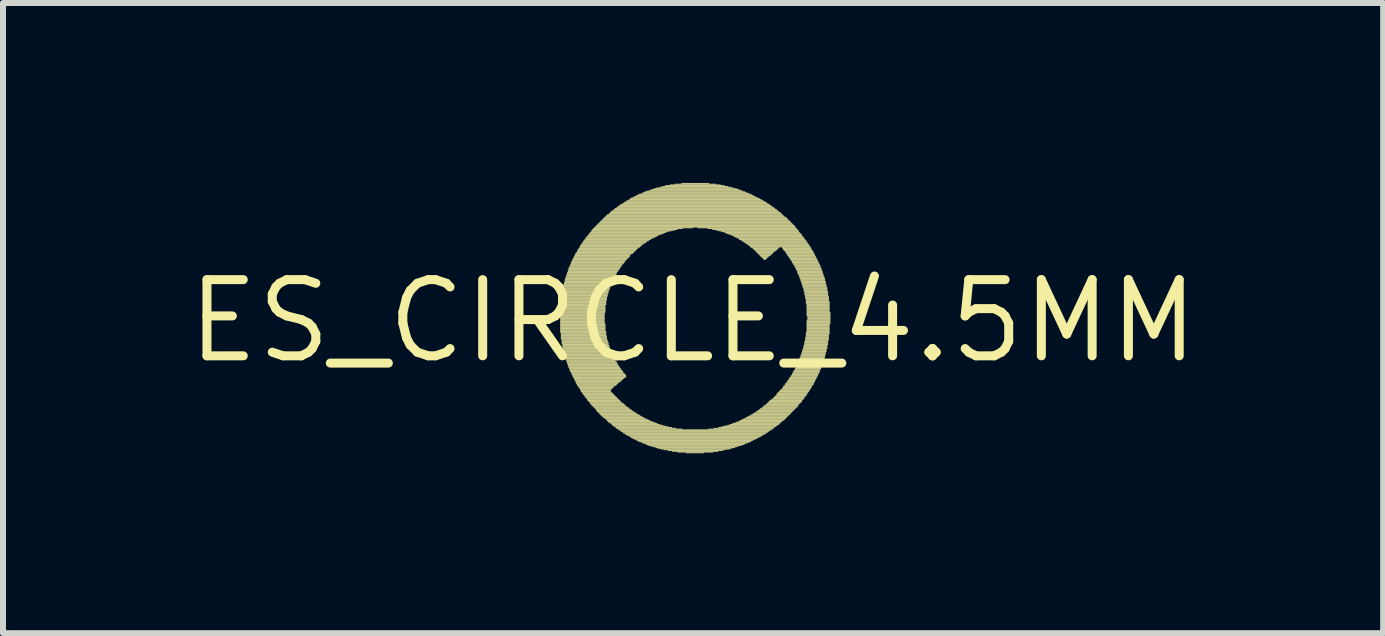
<source format=kicad_pcb>
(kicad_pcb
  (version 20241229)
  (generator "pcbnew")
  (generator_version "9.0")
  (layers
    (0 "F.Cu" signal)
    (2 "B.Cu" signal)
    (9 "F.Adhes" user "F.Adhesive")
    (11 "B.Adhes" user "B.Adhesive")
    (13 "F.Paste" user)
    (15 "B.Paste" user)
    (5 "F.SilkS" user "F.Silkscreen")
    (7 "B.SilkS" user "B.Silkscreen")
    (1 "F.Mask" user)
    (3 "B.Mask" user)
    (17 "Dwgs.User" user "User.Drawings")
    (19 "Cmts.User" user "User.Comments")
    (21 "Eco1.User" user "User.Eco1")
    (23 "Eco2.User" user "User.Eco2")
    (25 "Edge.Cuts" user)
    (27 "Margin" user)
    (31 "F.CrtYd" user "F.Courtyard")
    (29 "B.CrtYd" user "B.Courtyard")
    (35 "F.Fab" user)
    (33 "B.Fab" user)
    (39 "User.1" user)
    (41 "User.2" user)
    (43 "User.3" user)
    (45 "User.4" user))
  (footprint "ES_CIRCLE_4.5MM"
    (layer "F.Cu")
    (at 8.504 2.302)
    (property "Reference" "ES_CIRCLE_4.5MM" (at 0 0 0) (layer "F.SilkS") (effects (font (size 1.27 1.27) (thickness 0.15))))
    (attr through_hole)
    (fp_poly (pts (xy -2.216 -0.292) (xy -1.448 -0.292) (xy -1.448 -0.305) (xy -2.216 -0.305)) (stroke (width 0) (type solid)) (fill yes) (layer "F.SilkS"))
    (fp_poly (pts (xy -2.216 -0.28) (xy -1.448 -0.28) (xy -1.448 -0.292) (xy -2.216 -0.292)) (stroke (width 0) (type solid)) (fill yes) (layer "F.SilkS"))
    (fp_poly (pts (xy -2.216 -0.267) (xy -1.448 -0.267) (xy -1.448 -0.28) (xy -2.216 -0.28)) (stroke (width 0) (type solid)) (fill yes) (layer "F.SilkS"))
    (fp_poly (pts (xy -2.216 -0.254) (xy -1.461 -0.254) (xy -1.461 -0.267) (xy -2.216 -0.267)) (stroke (width 0) (type solid)) (fill yes) (layer "F.SilkS"))
    (fp_poly (pts (xy -2.216 -0.241) (xy -1.461 -0.241) (xy -1.461 -0.254) (xy -2.216 -0.254)) (stroke (width 0) (type solid)) (fill yes) (layer "F.SilkS"))
    (fp_poly (pts (xy -2.216 -0.228) (xy -1.461 -0.228) (xy -1.461 -0.241) (xy -2.216 -0.241)) (stroke (width 0) (type solid)) (fill yes) (layer "F.SilkS"))
    (fp_poly (pts (xy -2.216 -0.216) (xy -1.461 -0.216) (xy -1.461 -0.228) (xy -2.216 -0.228)) (stroke (width 0) (type solid)) (fill yes) (layer "F.SilkS"))
    (fp_poly (pts (xy -2.216 -0.203) (xy -1.461 -0.203) (xy -1.461 -0.216) (xy -2.216 -0.216)) (stroke (width 0) (type solid)) (fill yes) (layer "F.SilkS"))
    (fp_poly (pts (xy -2.216 -0.19) (xy -1.461 -0.19) (xy -1.461 -0.203) (xy -2.216 -0.203)) (stroke (width 0) (type solid)) (fill yes) (layer "F.SilkS"))
    (fp_poly (pts (xy -2.216 -0.177) (xy -1.461 -0.177) (xy -1.461 -0.19) (xy -2.216 -0.19)) (stroke (width 0) (type solid)) (fill yes) (layer "F.SilkS"))
    (fp_poly (pts (xy -2.216 -0.164) (xy -1.461 -0.164) (xy -1.461 -0.177) (xy -2.216 -0.177)) (stroke (width 0) (type solid)) (fill yes) (layer "F.SilkS"))
    (fp_poly (pts (xy -2.216 -0.152) (xy -1.461 -0.152) (xy -1.461 -0.164) (xy -2.216 -0.164)) (stroke (width 0) (type solid)) (fill yes) (layer "F.SilkS"))
    (fp_poly (pts (xy -2.216 -0.139) (xy -1.461 -0.139) (xy -1.461 -0.152) (xy -2.216 -0.152)) (stroke (width 0) (type solid)) (fill yes) (layer "F.SilkS"))
    (fp_poly (pts (xy -2.216 -0.126) (xy -1.474 -0.126) (xy -1.474 -0.139) (xy -2.216 -0.139)) (stroke (width 0) (type solid)) (fill yes) (layer "F.SilkS"))
    (fp_poly (pts (xy -2.216 -0.113) (xy -1.474 -0.113) (xy -1.474 -0.126) (xy -2.216 -0.126)) (stroke (width 0) (type solid)) (fill yes) (layer "F.SilkS"))
    (fp_poly (pts (xy -2.216 -0.1) (xy -1.474 -0.1) (xy -1.474 -0.113) (xy -2.216 -0.113)) (stroke (width 0) (type solid)) (fill yes) (layer "F.SilkS"))
    (fp_poly (pts (xy -2.216 -0.088) (xy -1.474 -0.088) (xy -1.474 -0.1) (xy -2.216 -0.1)) (stroke (width 0) (type solid)) (fill yes) (layer "F.SilkS"))
    (fp_poly (pts (xy -2.216 -0.075) (xy -1.474 -0.075) (xy -1.474 -0.088) (xy -2.216 -0.088)) (stroke (width 0) (type solid)) (fill yes) (layer "F.SilkS"))
    (fp_poly (pts (xy -2.216 -0.062) (xy -1.474 -0.062) (xy -1.474 -0.075) (xy -2.216 -0.075)) (stroke (width 0) (type solid)) (fill yes) (layer "F.SilkS"))
    (fp_poly (pts (xy -2.216 -0.049) (xy -1.474 -0.049) (xy -1.474 -0.062) (xy -2.216 -0.062)) (stroke (width 0) (type solid)) (fill yes) (layer "F.SilkS"))
    (fp_poly (pts (xy -2.216 -0.036) (xy -1.474 -0.036) (xy -1.474 -0.049) (xy -2.216 -0.049)) (stroke (width 0) (type solid)) (fill yes) (layer "F.SilkS"))
    (fp_poly (pts (xy -2.216 -0.024) (xy -1.474 -0.024) (xy -1.474 -0.036) (xy -2.216 -0.036)) (stroke (width 0) (type solid)) (fill yes) (layer "F.SilkS"))
    (fp_poly (pts (xy -2.216 -0.011) (xy -1.474 -0.011) (xy -1.474 -0.024) (xy -2.216 -0.024)) (stroke (width 0) (type solid)) (fill yes) (layer "F.SilkS"))
    (fp_poly (pts (xy -2.216 0.002) (xy -1.474 0.002) (xy -1.474 -0.011) (xy -2.216 -0.011)) (stroke (width 0) (type solid)) (fill yes) (layer "F.SilkS"))
    (fp_poly (pts (xy -2.216 0.015) (xy -1.474 0.015) (xy -1.474 0.002) (xy -2.216 0.002)) (stroke (width 0) (type solid)) (fill yes) (layer "F.SilkS"))
    (fp_poly (pts (xy -2.216 0.028) (xy -1.474 0.028) (xy -1.474 0.015) (xy -2.216 0.015)) (stroke (width 0) (type solid)) (fill yes) (layer "F.SilkS"))
    (fp_poly (pts (xy -2.216 0.04) (xy -1.474 0.04) (xy -1.474 0.028) (xy -2.216 0.028)) (stroke (width 0) (type solid)) (fill yes) (layer "F.SilkS"))
    (fp_poly (pts (xy -2.216 0.053) (xy -1.461 0.053) (xy -1.461 0.04) (xy -2.216 0.04)) (stroke (width 0) (type solid)) (fill yes) (layer "F.SilkS"))
    (fp_poly (pts (xy -2.216 0.066) (xy -1.461 0.066) (xy -1.461 0.053) (xy -2.216 0.053)) (stroke (width 0) (type solid)) (fill yes) (layer "F.SilkS"))
    (fp_poly (pts (xy -2.216 0.079) (xy -1.461 0.079) (xy -1.461 0.066) (xy -2.216 0.066)) (stroke (width 0) (type solid)) (fill yes) (layer "F.SilkS"))
    (fp_poly (pts (xy -2.216 0.092) (xy -1.461 0.092) (xy -1.461 0.079) (xy -2.216 0.079)) (stroke (width 0) (type solid)) (fill yes) (layer "F.SilkS"))
    (fp_poly (pts (xy -2.216 0.104) (xy -1.461 0.104) (xy -1.461 0.092) (xy -2.216 0.092)) (stroke (width 0) (type solid)) (fill yes) (layer "F.SilkS"))
    (fp_poly (pts (xy -2.216 0.117) (xy -1.461 0.117) (xy -1.461 0.104) (xy -2.216 0.104)) (stroke (width 0) (type solid)) (fill yes) (layer "F.SilkS"))
    (fp_poly (pts (xy -2.216 0.13) (xy -1.461 0.13) (xy -1.461 0.117) (xy -2.216 0.117)) (stroke (width 0) (type solid)) (fill yes) (layer "F.SilkS"))
    (fp_poly (pts (xy -2.216 0.143) (xy -1.461 0.143) (xy -1.461 0.13) (xy -2.216 0.13)) (stroke (width 0) (type solid)) (fill yes) (layer "F.SilkS"))
    (fp_poly (pts (xy -2.216 0.156) (xy -1.461 0.156) (xy -1.461 0.143) (xy -2.216 0.143)) (stroke (width 0) (type solid)) (fill yes) (layer "F.SilkS"))
    (fp_poly (pts (xy -2.216 0.168) (xy -1.461 0.168) (xy -1.461 0.156) (xy -2.216 0.156)) (stroke (width 0) (type solid)) (fill yes) (layer "F.SilkS"))
    (fp_poly (pts (xy -2.216 0.181) (xy -1.448 0.181) (xy -1.448 0.168) (xy -2.216 0.168)) (stroke (width 0) (type solid)) (fill yes) (layer "F.SilkS"))
    (fp_poly (pts (xy -2.216 0.194) (xy -1.448 0.194) (xy -1.448 0.181) (xy -2.216 0.181)) (stroke (width 0) (type solid)) (fill yes) (layer "F.SilkS"))
    (fp_poly (pts (xy -2.204 -0.395) (xy -1.436 -0.395) (xy -1.436 -0.408) (xy -2.204 -0.408)) (stroke (width 0) (type solid)) (fill yes) (layer "F.SilkS"))
    (fp_poly (pts (xy -2.204 -0.382) (xy -1.436 -0.382) (xy -1.436 -0.395) (xy -2.204 -0.395)) (stroke (width 0) (type solid)) (fill yes) (layer "F.SilkS"))
    (fp_poly (pts (xy -2.204 -0.369) (xy -1.436 -0.369) (xy -1.436 -0.382) (xy -2.204 -0.382)) (stroke (width 0) (type solid)) (fill yes) (layer "F.SilkS"))
    (fp_poly (pts (xy -2.204 -0.356) (xy -1.436 -0.356) (xy -1.436 -0.369) (xy -2.204 -0.369)) (stroke (width 0) (type solid)) (fill yes) (layer "F.SilkS"))
    (fp_poly (pts (xy -2.204 -0.344) (xy -1.436 -0.344) (xy -1.436 -0.356) (xy -2.204 -0.356)) (stroke (width 0) (type solid)) (fill yes) (layer "F.SilkS"))
    (fp_poly (pts (xy -2.204 -0.331) (xy -1.448 -0.331) (xy -1.448 -0.344) (xy -2.204 -0.344)) (stroke (width 0) (type solid)) (fill yes) (layer "F.SilkS"))
    (fp_poly (pts (xy -2.204 -0.318) (xy -1.448 -0.318) (xy -1.448 -0.331) (xy -2.204 -0.331)) (stroke (width 0) (type solid)) (fill yes) (layer "F.SilkS"))
    (fp_poly (pts (xy -2.204 -0.305) (xy -1.448 -0.305) (xy -1.448 -0.318) (xy -2.204 -0.318)) (stroke (width 0) (type solid)) (fill yes) (layer "F.SilkS"))
    (fp_poly (pts (xy -2.204 0.207) (xy -1.448 0.207) (xy -1.448 0.194) (xy -2.204 0.194)) (stroke (width 0) (type solid)) (fill yes) (layer "F.SilkS"))
    (fp_poly (pts (xy -2.204 0.22) (xy -1.448 0.22) (xy -1.448 0.207) (xy -2.204 0.207)) (stroke (width 0) (type solid)) (fill yes) (layer "F.SilkS"))
    (fp_poly (pts (xy -2.204 0.232) (xy -1.448 0.232) (xy -1.448 0.22) (xy -2.204 0.22)) (stroke (width 0) (type solid)) (fill yes) (layer "F.SilkS"))
    (fp_poly (pts (xy -2.204 0.245) (xy -1.448 0.245) (xy -1.448 0.232) (xy -2.204 0.232)) (stroke (width 0) (type solid)) (fill yes) (layer "F.SilkS"))
    (fp_poly (pts (xy -2.204 0.258) (xy -1.436 0.258) (xy -1.436 0.245) (xy -2.204 0.245)) (stroke (width 0) (type solid)) (fill yes) (layer "F.SilkS"))
    (fp_poly (pts (xy -2.204 0.271) (xy -1.436 0.271) (xy -1.436 0.258) (xy -2.204 0.258)) (stroke (width 0) (type solid)) (fill yes) (layer "F.SilkS"))
    (fp_poly (pts (xy -2.204 0.284) (xy -1.436 0.284) (xy -1.436 0.271) (xy -2.204 0.271)) (stroke (width 0) (type solid)) (fill yes) (layer "F.SilkS"))
    (fp_poly (pts (xy -2.204 0.296) (xy -1.436 0.296) (xy -1.436 0.284) (xy -2.204 0.284)) (stroke (width 0) (type solid)) (fill yes) (layer "F.SilkS"))
    (fp_poly (pts (xy -2.204 0.309) (xy -1.436 0.309) (xy -1.436 0.296) (xy -2.204 0.296)) (stroke (width 0) (type solid)) (fill yes) (layer "F.SilkS"))
    (fp_poly (pts (xy -2.191 -0.472) (xy -1.41 -0.472) (xy -1.41 -0.484) (xy -2.191 -0.484)) (stroke (width 0) (type solid)) (fill yes) (layer "F.SilkS"))
    (fp_poly (pts (xy -2.191 -0.459) (xy -1.41 -0.459) (xy -1.41 -0.472) (xy -2.191 -0.472)) (stroke (width 0) (type solid)) (fill yes) (layer "F.SilkS"))
    (fp_poly (pts (xy -2.191 -0.446) (xy -1.423 -0.446) (xy -1.423 -0.459) (xy -2.191 -0.459)) (stroke (width 0) (type solid)) (fill yes) (layer "F.SilkS"))
    (fp_poly (pts (xy -2.191 -0.433) (xy -1.423 -0.433) (xy -1.423 -0.446) (xy -2.191 -0.446)) (stroke (width 0) (type solid)) (fill yes) (layer "F.SilkS"))
    (fp_poly (pts (xy -2.191 -0.42) (xy -1.423 -0.42) (xy -1.423 -0.433) (xy -2.191 -0.433)) (stroke (width 0) (type solid)) (fill yes) (layer "F.SilkS"))
    (fp_poly (pts (xy -2.191 -0.408) (xy -1.423 -0.408) (xy -1.423 -0.42) (xy -2.191 -0.42)) (stroke (width 0) (type solid)) (fill yes) (layer "F.SilkS"))
    (fp_poly (pts (xy -2.191 0.322) (xy -1.423 0.322) (xy -1.423 0.309) (xy -2.191 0.309)) (stroke (width 0) (type solid)) (fill yes) (layer "F.SilkS"))
    (fp_poly (pts (xy -2.191 0.335) (xy -1.423 0.335) (xy -1.423 0.322) (xy -2.191 0.322)) (stroke (width 0) (type solid)) (fill yes) (layer "F.SilkS"))
    (fp_poly (pts (xy -2.191 0.348) (xy -1.423 0.348) (xy -1.423 0.335) (xy -2.191 0.335)) (stroke (width 0) (type solid)) (fill yes) (layer "F.SilkS"))
    (fp_poly (pts (xy -2.191 0.36) (xy -1.41 0.36) (xy -1.41 0.348) (xy -2.191 0.348)) (stroke (width 0) (type solid)) (fill yes) (layer "F.SilkS"))
    (fp_poly (pts (xy -2.191 0.373) (xy -1.41 0.373) (xy -1.41 0.36) (xy -2.191 0.36)) (stroke (width 0) (type solid)) (fill yes) (layer "F.SilkS"))
    (fp_poly (pts (xy -2.191 0.386) (xy -1.41 0.386) (xy -1.41 0.373) (xy -2.191 0.373)) (stroke (width 0) (type solid)) (fill yes) (layer "F.SilkS"))
    (fp_poly (pts (xy -2.178 -0.536) (xy -1.384 -0.536) (xy -1.384 -0.548) (xy -2.178 -0.548)) (stroke (width 0) (type solid)) (fill yes) (layer "F.SilkS"))
    (fp_poly (pts (xy -2.178 -0.523) (xy -1.397 -0.523) (xy -1.397 -0.536) (xy -2.178 -0.536)) (stroke (width 0) (type solid)) (fill yes) (layer "F.SilkS"))
    (fp_poly (pts (xy -2.178 -0.51) (xy -1.397 -0.51) (xy -1.397 -0.523) (xy -2.178 -0.523)) (stroke (width 0) (type solid)) (fill yes) (layer "F.SilkS"))
    (fp_poly (pts (xy -2.178 -0.497) (xy -1.397 -0.497) (xy -1.397 -0.51) (xy -2.178 -0.51)) (stroke (width 0) (type solid)) (fill yes) (layer "F.SilkS"))
    (fp_poly (pts (xy -2.178 -0.484) (xy -1.41 -0.484) (xy -1.41 -0.497) (xy -2.178 -0.497)) (stroke (width 0) (type solid)) (fill yes) (layer "F.SilkS"))
    (fp_poly (pts (xy -2.178 0.399) (xy -1.41 0.399) (xy -1.41 0.386) (xy -2.178 0.386)) (stroke (width 0) (type solid)) (fill yes) (layer "F.SilkS"))
    (fp_poly (pts (xy -2.178 0.412) (xy -1.397 0.412) (xy -1.397 0.399) (xy -2.178 0.399)) (stroke (width 0) (type solid)) (fill yes) (layer "F.SilkS"))
    (fp_poly (pts (xy -2.178 0.424) (xy -1.397 0.424) (xy -1.397 0.412) (xy -2.178 0.412)) (stroke (width 0) (type solid)) (fill yes) (layer "F.SilkS"))
    (fp_poly (pts (xy -2.178 0.437) (xy -1.397 0.437) (xy -1.397 0.424) (xy -2.178 0.424)) (stroke (width 0) (type solid)) (fill yes) (layer "F.SilkS"))
    (fp_poly (pts (xy -2.178 0.45) (xy -1.384 0.45) (xy -1.384 0.437) (xy -2.178 0.437)) (stroke (width 0) (type solid)) (fill yes) (layer "F.SilkS"))
    (fp_poly (pts (xy -2.165 -0.6) (xy -1.372 -0.6) (xy -1.372 -0.612) (xy -2.165 -0.612)) (stroke (width 0) (type solid)) (fill yes) (layer "F.SilkS"))
    (fp_poly (pts (xy -2.165 -0.587) (xy -1.372 -0.587) (xy -1.372 -0.6) (xy -2.165 -0.6)) (stroke (width 0) (type solid)) (fill yes) (layer "F.SilkS"))
    (fp_poly (pts (xy -2.165 -0.574) (xy -1.372 -0.574) (xy -1.372 -0.587) (xy -2.165 -0.587)) (stroke (width 0) (type solid)) (fill yes) (layer "F.SilkS"))
    (fp_poly (pts (xy -2.165 -0.561) (xy -1.384 -0.561) (xy -1.384 -0.574) (xy -2.165 -0.574)) (stroke (width 0) (type solid)) (fill yes) (layer "F.SilkS"))
    (fp_poly (pts (xy -2.165 -0.548) (xy -1.384 -0.548) (xy -1.384 -0.561) (xy -2.165 -0.561)) (stroke (width 0) (type solid)) (fill yes) (layer "F.SilkS"))
    (fp_poly (pts (xy -2.165 0.463) (xy -1.384 0.463) (xy -1.384 0.45) (xy -2.165 0.45)) (stroke (width 0) (type solid)) (fill yes) (layer "F.SilkS"))
    (fp_poly (pts (xy -2.165 0.476) (xy -1.384 0.476) (xy -1.384 0.463) (xy -2.165 0.463)) (stroke (width 0) (type solid)) (fill yes) (layer "F.SilkS"))
    (fp_poly (pts (xy -2.165 0.488) (xy -1.372 0.488) (xy -1.372 0.476) (xy -2.165 0.476)) (stroke (width 0) (type solid)) (fill yes) (layer "F.SilkS"))
    (fp_poly (pts (xy -2.165 0.501) (xy -1.372 0.501) (xy -1.372 0.488) (xy -2.165 0.488)) (stroke (width 0) (type solid)) (fill yes) (layer "F.SilkS"))
    (fp_poly (pts (xy -2.152 -0.638) (xy -1.346 -0.638) (xy -1.346 -0.651) (xy -2.152 -0.651)) (stroke (width 0) (type solid)) (fill yes) (layer "F.SilkS"))
    (fp_poly (pts (xy -2.152 -0.625) (xy -1.359 -0.625) (xy -1.359 -0.638) (xy -2.152 -0.638)) (stroke (width 0) (type solid)) (fill yes) (layer "F.SilkS"))
    (fp_poly (pts (xy -2.152 -0.612) (xy -1.359 -0.612) (xy -1.359 -0.625) (xy -2.152 -0.625)) (stroke (width 0) (type solid)) (fill yes) (layer "F.SilkS"))
    (fp_poly (pts (xy -2.152 0.514) (xy -1.359 0.514) (xy -1.359 0.501) (xy -2.152 0.501)) (stroke (width 0) (type solid)) (fill yes) (layer "F.SilkS"))
    (fp_poly (pts (xy -2.152 0.527) (xy -1.359 0.527) (xy -1.359 0.514) (xy -2.152 0.514)) (stroke (width 0) (type solid)) (fill yes) (layer "F.SilkS"))
    (fp_poly (pts (xy -2.152 0.54) (xy -1.359 0.54) (xy -1.359 0.527) (xy -2.152 0.527)) (stroke (width 0) (type solid)) (fill yes) (layer "F.SilkS"))
    (fp_poly (pts (xy -2.152 0.552) (xy -1.346 0.552) (xy -1.346 0.54) (xy -2.152 0.54)) (stroke (width 0) (type solid)) (fill yes) (layer "F.SilkS"))
    (fp_poly (pts (xy -2.14 -0.689) (xy -1.32 -0.689) (xy -1.32 -0.702) (xy -2.14 -0.702)) (stroke (width 0) (type solid)) (fill yes) (layer "F.SilkS"))
    (fp_poly (pts (xy -2.14 -0.676) (xy -1.333 -0.676) (xy -1.333 -0.689) (xy -2.14 -0.689)) (stroke (width 0) (type solid)) (fill yes) (layer "F.SilkS"))
    (fp_poly (pts (xy -2.14 -0.664) (xy -1.333 -0.664) (xy -1.333 -0.676) (xy -2.14 -0.676)) (stroke (width 0) (type solid)) (fill yes) (layer "F.SilkS"))
    (fp_poly (pts (xy -2.14 -0.651) (xy -1.346 -0.651) (xy -1.346 -0.664) (xy -2.14 -0.664)) (stroke (width 0) (type solid)) (fill yes) (layer "F.SilkS"))
    (fp_poly (pts (xy -2.14 0.565) (xy -1.346 0.565) (xy -1.346 0.552) (xy -2.14 0.552)) (stroke (width 0) (type solid)) (fill yes) (layer "F.SilkS"))
    (fp_poly (pts (xy -2.14 0.578) (xy -1.333 0.578) (xy -1.333 0.565) (xy -2.14 0.565)) (stroke (width 0) (type solid)) (fill yes) (layer "F.SilkS"))
    (fp_poly (pts (xy -2.14 0.591) (xy -1.333 0.591) (xy -1.333 0.578) (xy -2.14 0.578)) (stroke (width 0) (type solid)) (fill yes) (layer "F.SilkS"))
    (fp_poly (pts (xy -2.14 0.604) (xy -1.32 0.604) (xy -1.32 0.591) (xy -2.14 0.591)) (stroke (width 0) (type solid)) (fill yes) (layer "F.SilkS"))
    (fp_poly (pts (xy -2.127 -0.728) (xy -1.308 -0.728) (xy -1.308 -0.74) (xy -2.127 -0.74)) (stroke (width 0) (type solid)) (fill yes) (layer "F.SilkS"))
    (fp_poly (pts (xy -2.127 -0.715) (xy -1.308 -0.715) (xy -1.308 -0.728) (xy -2.127 -0.728)) (stroke (width 0) (type solid)) (fill yes) (layer "F.SilkS"))
    (fp_poly (pts (xy -2.127 -0.702) (xy -1.32 -0.702) (xy -1.32 -0.715) (xy -2.127 -0.715)) (stroke (width 0) (type solid)) (fill yes) (layer "F.SilkS"))
    (fp_poly (pts (xy -2.127 0.616) (xy -1.32 0.616) (xy -1.32 0.604) (xy -2.127 0.604)) (stroke (width 0) (type solid)) (fill yes) (layer "F.SilkS"))
    (fp_poly (pts (xy -2.127 0.629) (xy -1.308 0.629) (xy -1.308 0.616) (xy -2.127 0.616)) (stroke (width 0) (type solid)) (fill yes) (layer "F.SilkS"))
    (fp_poly (pts (xy -2.127 0.642) (xy -1.308 0.642) (xy -1.308 0.629) (xy -2.127 0.629)) (stroke (width 0) (type solid)) (fill yes) (layer "F.SilkS"))
    (fp_poly (pts (xy -2.114 -0.766) (xy -1.282 -0.766) (xy -1.282 -0.779) (xy -2.114 -0.779)) (stroke (width 0) (type solid)) (fill yes) (layer "F.SilkS"))
    (fp_poly (pts (xy -2.114 -0.753) (xy -1.295 -0.753) (xy -1.295 -0.766) (xy -2.114 -0.766)) (stroke (width 0) (type solid)) (fill yes) (layer "F.SilkS"))
    (fp_poly (pts (xy -2.114 -0.74) (xy -1.295 -0.74) (xy -1.295 -0.753) (xy -2.114 -0.753)) (stroke (width 0) (type solid)) (fill yes) (layer "F.SilkS"))
    (fp_poly (pts (xy -2.114 0.655) (xy -1.295 0.655) (xy -1.295 0.642) (xy -2.114 0.642)) (stroke (width 0) (type solid)) (fill yes) (layer "F.SilkS"))
    (fp_poly (pts (xy -2.114 0.668) (xy -1.295 0.668) (xy -1.295 0.655) (xy -2.114 0.655)) (stroke (width 0) (type solid)) (fill yes) (layer "F.SilkS"))
    (fp_poly (pts (xy -2.114 0.68) (xy -1.282 0.68) (xy -1.282 0.668) (xy -2.114 0.668)) (stroke (width 0) (type solid)) (fill yes) (layer "F.SilkS"))
    (fp_poly (pts (xy -2.101 -0.804) (xy -1.269 -0.804) (xy -1.269 -0.817) (xy -2.101 -0.817)) (stroke (width 0) (type solid)) (fill yes) (layer "F.SilkS"))
    (fp_poly (pts (xy -2.101 -0.792) (xy -1.269 -0.792) (xy -1.269 -0.804) (xy -2.101 -0.804)) (stroke (width 0) (type solid)) (fill yes) (layer "F.SilkS"))
    (fp_poly (pts (xy -2.101 -0.779) (xy -1.282 -0.779) (xy -1.282 -0.792) (xy -2.101 -0.792)) (stroke (width 0) (type solid)) (fill yes) (layer "F.SilkS"))
    (fp_poly (pts (xy -2.101 0.693) (xy -1.269 0.693) (xy -1.269 0.68) (xy -2.101 0.68)) (stroke (width 0) (type solid)) (fill yes) (layer "F.SilkS"))
    (fp_poly (pts (xy -2.101 0.706) (xy -1.269 0.706) (xy -1.269 0.693) (xy -2.101 0.693)) (stroke (width 0) (type solid)) (fill yes) (layer "F.SilkS"))
    (fp_poly (pts (xy -2.101 0.719) (xy -1.256 0.719) (xy -1.256 0.706) (xy -2.101 0.706)) (stroke (width 0) (type solid)) (fill yes) (layer "F.SilkS"))
    (fp_poly (pts (xy -2.088 -0.843) (xy -1.244 -0.843) (xy -1.244 -0.856) (xy -2.088 -0.856)) (stroke (width 0) (type solid)) (fill yes) (layer "F.SilkS"))
    (fp_poly (pts (xy -2.088 -0.83) (xy -1.244 -0.83) (xy -1.244 -0.843) (xy -2.088 -0.843)) (stroke (width 0) (type solid)) (fill yes) (layer "F.SilkS"))
    (fp_poly (pts (xy -2.088 -0.817) (xy -1.256 -0.817) (xy -1.256 -0.83) (xy -2.088 -0.83)) (stroke (width 0) (type solid)) (fill yes) (layer "F.SilkS"))
    (fp_poly (pts (xy -2.088 0.732) (xy -1.256 0.732) (xy -1.256 0.719) (xy -2.088 0.719)) (stroke (width 0) (type solid)) (fill yes) (layer "F.SilkS"))
    (fp_poly (pts (xy -2.088 0.744) (xy -1.244 0.744) (xy -1.244 0.732) (xy -2.088 0.732)) (stroke (width 0) (type solid)) (fill yes) (layer "F.SilkS"))
    (fp_poly (pts (xy -2.088 0.757) (xy -1.231 0.757) (xy -1.231 0.744) (xy -2.088 0.744)) (stroke (width 0) (type solid)) (fill yes) (layer "F.SilkS"))
    (fp_poly (pts (xy -2.076 -0.881) (xy -1.218 -0.881) (xy -1.218 -0.894) (xy -2.076 -0.894)) (stroke (width 0) (type solid)) (fill yes) (layer "F.SilkS"))
    (fp_poly (pts (xy -2.076 -0.868) (xy -1.218 -0.868) (xy -1.218 -0.881) (xy -2.076 -0.881)) (stroke (width 0) (type solid)) (fill yes) (layer "F.SilkS"))
    (fp_poly (pts (xy -2.076 -0.856) (xy -1.231 -0.856) (xy -1.231 -0.868) (xy -2.076 -0.868)) (stroke (width 0) (type solid)) (fill yes) (layer "F.SilkS"))
    (fp_poly (pts (xy -2.076 0.77) (xy -1.231 0.77) (xy -1.231 0.757) (xy -2.076 0.757)) (stroke (width 0) (type solid)) (fill yes) (layer "F.SilkS"))
    (fp_poly (pts (xy -2.076 0.783) (xy -1.218 0.783) (xy -1.218 0.77) (xy -2.076 0.77)) (stroke (width 0) (type solid)) (fill yes) (layer "F.SilkS"))
    (fp_poly (pts (xy -2.063 -0.907) (xy -1.192 -0.907) (xy -1.192 -0.92) (xy -2.063 -0.92)) (stroke (width 0) (type solid)) (fill yes) (layer "F.SilkS"))
    (fp_poly (pts (xy -2.063 -0.894) (xy -1.205 -0.894) (xy -1.205 -0.907) (xy -2.063 -0.907)) (stroke (width 0) (type solid)) (fill yes) (layer "F.SilkS"))
    (fp_poly (pts (xy -2.063 0.796) (xy -1.205 0.796) (xy -1.205 0.783) (xy -2.063 0.783)) (stroke (width 0) (type solid)) (fill yes) (layer "F.SilkS"))
    (fp_poly (pts (xy -2.063 0.808) (xy -1.205 0.808) (xy -1.205 0.796) (xy -2.063 0.796)) (stroke (width 0) (type solid)) (fill yes) (layer "F.SilkS"))
    (fp_poly (pts (xy -2.063 0.821) (xy -1.192 0.821) (xy -1.192 0.808) (xy -2.063 0.808)) (stroke (width 0) (type solid)) (fill yes) (layer "F.SilkS"))
    (fp_poly (pts (xy -2.05 -0.932) (xy -1.18 -0.932) (xy -1.18 -0.945) (xy -2.05 -0.945)) (stroke (width 0) (type solid)) (fill yes) (layer "F.SilkS"))
    (fp_poly (pts (xy -2.05 -0.92) (xy -1.192 -0.92) (xy -1.192 -0.932) (xy -2.05 -0.932)) (stroke (width 0) (type solid)) (fill yes) (layer "F.SilkS"))
    (fp_poly (pts (xy -2.05 0.834) (xy -1.18 0.834) (xy -1.18 0.821) (xy -2.05 0.821)) (stroke (width 0) (type solid)) (fill yes) (layer "F.SilkS"))
    (fp_poly (pts (xy -2.05 0.847) (xy -1.167 0.847) (xy -1.167 0.834) (xy -2.05 0.834)) (stroke (width 0) (type solid)) (fill yes) (layer "F.SilkS"))
    (fp_poly (pts (xy -2.037 -0.971) (xy -1.141 -0.971) (xy -1.141 -0.984) (xy -2.037 -0.984)) (stroke (width 0) (type solid)) (fill yes) (layer "F.SilkS"))
    (fp_poly (pts (xy -2.037 -0.958) (xy -1.154 -0.958) (xy -1.154 -0.971) (xy -2.037 -0.971)) (stroke (width 0) (type solid)) (fill yes) (layer "F.SilkS"))
    (fp_poly (pts (xy -2.037 -0.945) (xy -1.167 -0.945) (xy -1.167 -0.958) (xy -2.037 -0.958)) (stroke (width 0) (type solid)) (fill yes) (layer "F.SilkS"))
    (fp_poly (pts (xy -2.037 0.86) (xy -1.167 0.86) (xy -1.167 0.847) (xy -2.037 0.847)) (stroke (width 0) (type solid)) (fill yes) (layer "F.SilkS"))
    (fp_poly (pts (xy -2.037 0.872) (xy -1.154 0.872) (xy -1.154 0.86) (xy -2.037 0.86)) (stroke (width 0) (type solid)) (fill yes) (layer "F.SilkS"))
    (fp_poly (pts (xy -2.024 -0.996) (xy -1.128 -0.996) (xy -1.128 -1.009) (xy -2.024 -1.009)) (stroke (width 0) (type solid)) (fill yes) (layer "F.SilkS"))
    (fp_poly (pts (xy -2.024 -0.984) (xy -1.141 -0.984) (xy -1.141 -0.996) (xy -2.024 -0.996)) (stroke (width 0) (type solid)) (fill yes) (layer "F.SilkS"))
    (fp_poly (pts (xy -2.024 0.885) (xy -1.141 0.885) (xy -1.141 0.872) (xy -2.024 0.872)) (stroke (width 0) (type solid)) (fill yes) (layer "F.SilkS"))
    (fp_poly (pts (xy -2.024 0.898) (xy -1.128 0.898) (xy -1.128 0.885) (xy -2.024 0.885)) (stroke (width 0) (type solid)) (fill yes) (layer "F.SilkS"))
    (fp_poly (pts (xy -2.012 -1.022) (xy -1.103 -1.022) (xy -1.103 -1.035) (xy -2.012 -1.035)) (stroke (width 0) (type solid)) (fill yes) (layer "F.SilkS"))
    (fp_poly (pts (xy -2.012 -1.009) (xy -1.116 -1.009) (xy -1.116 -1.022) (xy -2.012 -1.022)) (stroke (width 0) (type solid)) (fill yes) (layer "F.SilkS"))
    (fp_poly (pts (xy -2.012 0.911) (xy -1.116 0.911) (xy -1.116 0.898) (xy -2.012 0.898)) (stroke (width 0) (type solid)) (fill yes) (layer "F.SilkS"))
    (fp_poly (pts (xy -2.012 0.924) (xy -1.116 0.924) (xy -1.116 0.911) (xy -2.012 0.911)) (stroke (width 0) (type solid)) (fill yes) (layer "F.SilkS"))
    (fp_poly (pts (xy -1.999 -1.048) (xy -1.077 -1.048) (xy -1.077 -1.06) (xy -1.999 -1.06)) (stroke (width 0) (type solid)) (fill yes) (layer "F.SilkS"))
    (fp_poly (pts (xy -1.999 -1.035) (xy -1.09 -1.035) (xy -1.09 -1.048) (xy -1.999 -1.048)) (stroke (width 0) (type solid)) (fill yes) (layer "F.SilkS"))
    (fp_poly (pts (xy -1.999 0.936) (xy -1.116 0.936) (xy -1.116 0.924) (xy -1.999 0.924)) (stroke (width 0) (type solid)) (fill yes) (layer "F.SilkS"))
    (fp_poly (pts (xy -1.999 0.949) (xy -1.128 0.949) (xy -1.128 0.936) (xy -1.999 0.936)) (stroke (width 0) (type solid)) (fill yes) (layer "F.SilkS"))
    (fp_poly (pts (xy -1.986 -1.073) (xy -1.052 -1.073) (xy -1.052 -1.086) (xy -1.986 -1.086)) (stroke (width 0) (type solid)) (fill yes) (layer "F.SilkS"))
    (fp_poly (pts (xy -1.986 -1.06) (xy -1.064 -1.06) (xy -1.064 -1.073) (xy -1.986 -1.073)) (stroke (width 0) (type solid)) (fill yes) (layer "F.SilkS"))
    (fp_poly (pts (xy -1.986 0.962) (xy -1.154 0.962) (xy -1.154 0.949) (xy -1.986 0.949)) (stroke (width 0) (type solid)) (fill yes) (layer "F.SilkS"))
    (fp_poly (pts (xy -1.986 0.975) (xy -1.167 0.975) (xy -1.167 0.962) (xy -1.986 0.962)) (stroke (width 0) (type solid)) (fill yes) (layer "F.SilkS"))
    (fp_poly (pts (xy -1.973 -1.099) (xy -1.039 -1.099) (xy -1.039 -1.112) (xy -1.973 -1.112)) (stroke (width 0) (type solid)) (fill yes) (layer "F.SilkS"))
    (fp_poly (pts (xy -1.973 -1.086) (xy -1.052 -1.086) (xy -1.052 -1.099) (xy -1.973 -1.099)) (stroke (width 0) (type solid)) (fill yes) (layer "F.SilkS"))
    (fp_poly (pts (xy -1.973 0.988) (xy -1.18 0.988) (xy -1.18 0.975) (xy -1.973 0.975)) (stroke (width 0) (type solid)) (fill yes) (layer "F.SilkS"))
    (fp_poly (pts (xy -1.973 1) (xy -1.192 1) (xy -1.192 0.988) (xy -1.973 0.988)) (stroke (width 0) (type solid)) (fill yes) (layer "F.SilkS"))
    (fp_poly (pts (xy -1.96 -1.124) (xy -1 -1.124) (xy -1 -1.137) (xy -1.96 -1.137)) (stroke (width 0) (type solid)) (fill yes) (layer "F.SilkS"))
    (fp_poly (pts (xy -1.96 -1.112) (xy -1.026 -1.112) (xy -1.026 -1.124) (xy -1.96 -1.124)) (stroke (width 0) (type solid)) (fill yes) (layer "F.SilkS"))
    (fp_poly (pts (xy -1.96 1.013) (xy -1.205 1.013) (xy -1.205 1) (xy -1.96 1)) (stroke (width 0) (type solid)) (fill yes) (layer "F.SilkS"))
    (fp_poly (pts (xy -1.96 1.026) (xy -1.231 1.026) (xy -1.231 1.013) (xy -1.96 1.013)) (stroke (width 0) (type solid)) (fill yes) (layer "F.SilkS"))
    (fp_poly (pts (xy -1.948 -1.137) (xy -0.988 -1.137) (xy -0.988 -1.15) (xy -1.948 -1.15)) (stroke (width 0) (type solid)) (fill yes) (layer "F.SilkS"))
    (fp_poly (pts (xy -1.948 1.039) (xy -1.244 1.039) (xy -1.244 1.026) (xy -1.948 1.026)) (stroke (width 0) (type solid)) (fill yes) (layer "F.SilkS"))
    (fp_poly (pts (xy -1.948 1.052) (xy -1.256 1.052) (xy -1.256 1.039) (xy -1.948 1.039)) (stroke (width 0) (type solid)) (fill yes) (layer "F.SilkS"))
    (fp_poly (pts (xy -1.935 -1.163) (xy -0.962 -1.163) (xy -0.962 -1.176) (xy -1.935 -1.176)) (stroke (width 0) (type solid)) (fill yes) (layer "F.SilkS"))
    (fp_poly (pts (xy -1.935 -1.15) (xy -0.975 -1.15) (xy -0.975 -1.163) (xy -1.935 -1.163)) (stroke (width 0) (type solid)) (fill yes) (layer "F.SilkS"))
    (fp_poly (pts (xy -1.935 1.064) (xy -1.269 1.064) (xy -1.269 1.052) (xy -1.935 1.052)) (stroke (width 0) (type solid)) (fill yes) (layer "F.SilkS"))
    (fp_poly (pts (xy -1.935 1.077) (xy -1.282 1.077) (xy -1.282 1.064) (xy -1.935 1.064)) (stroke (width 0) (type solid)) (fill yes) (layer "F.SilkS"))
    (fp_poly (pts (xy -1.922 -1.188) (xy -0.936 -1.188) (xy -0.936 -1.201) (xy -1.922 -1.201)) (stroke (width 0) (type solid)) (fill yes) (layer "F.SilkS"))
    (fp_poly (pts (xy -1.922 -1.176) (xy -0.949 -1.176) (xy -0.949 -1.188) (xy -1.922 -1.188)) (stroke (width 0) (type solid)) (fill yes) (layer "F.SilkS"))
    (fp_poly (pts (xy -1.922 1.09) (xy -1.308 1.09) (xy -1.308 1.077) (xy -1.922 1.077)) (stroke (width 0) (type solid)) (fill yes) (layer "F.SilkS"))
    (fp_poly (pts (xy -1.909 -1.201) (xy -0.924 -1.201) (xy -0.924 -1.214) (xy -1.909 -1.214)) (stroke (width 0) (type solid)) (fill yes) (layer "F.SilkS"))
    (fp_poly (pts (xy -1.909 1.103) (xy -1.32 1.103) (xy -1.32 1.09) (xy -1.909 1.09)) (stroke (width 0) (type solid)) (fill yes) (layer "F.SilkS"))
    (fp_poly (pts (xy -1.909 1.116) (xy -1.333 1.116) (xy -1.333 1.103) (xy -1.909 1.103)) (stroke (width 0) (type solid)) (fill yes) (layer "F.SilkS"))
    (fp_poly (pts (xy -1.896 -1.227) (xy -0.885 -1.227) (xy -0.885 -1.24) (xy -1.896 -1.24)) (stroke (width 0) (type solid)) (fill yes) (layer "F.SilkS"))
    (fp_poly (pts (xy -1.896 -1.214) (xy -0.911 -1.214) (xy -0.911 -1.227) (xy -1.896 -1.227)) (stroke (width 0) (type solid)) (fill yes) (layer "F.SilkS"))
    (fp_poly (pts (xy -1.896 1.128) (xy -1.346 1.128) (xy -1.346 1.116) (xy -1.896 1.116)) (stroke (width 0) (type solid)) (fill yes) (layer "F.SilkS"))
    (fp_poly (pts (xy -1.884 -1.252) (xy -0.86 -1.252) (xy -0.86 -1.265) (xy -1.884 -1.265)) (stroke (width 0) (type solid)) (fill yes) (layer "F.SilkS"))
    (fp_poly (pts (xy -1.884 -1.24) (xy -0.872 -1.24) (xy -0.872 -1.252) (xy -1.884 -1.252)) (stroke (width 0) (type solid)) (fill yes) (layer "F.SilkS"))
    (fp_poly (pts (xy -1.884 1.141) (xy -1.359 1.141) (xy -1.359 1.128) (xy -1.884 1.128)) (stroke (width 0) (type solid)) (fill yes) (layer "F.SilkS"))
    (fp_poly (pts (xy -1.884 1.154) (xy -1.372 1.154) (xy -1.372 1.141) (xy -1.884 1.141)) (stroke (width 0) (type solid)) (fill yes) (layer "F.SilkS"))
    (fp_poly (pts (xy -1.871 -1.265) (xy -0.847 -1.265) (xy -0.847 -1.278) (xy -1.871 -1.278)) (stroke (width 0) (type solid)) (fill yes) (layer "F.SilkS"))
    (fp_poly (pts (xy -1.871 1.167) (xy -1.372 1.167) (xy -1.372 1.154) (xy -1.871 1.154)) (stroke (width 0) (type solid)) (fill yes) (layer "F.SilkS"))
    (fp_poly (pts (xy -1.871 1.18) (xy -1.372 1.18) (xy -1.372 1.167) (xy -1.871 1.167)) (stroke (width 0) (type solid)) (fill yes) (layer "F.SilkS"))
    (fp_poly (pts (xy -1.858 -1.291) (xy -0.808 -1.291) (xy -0.808 -1.304) (xy -1.858 -1.304)) (stroke (width 0) (type solid)) (fill yes) (layer "F.SilkS"))
    (fp_poly (pts (xy -1.858 -1.278) (xy -0.821 -1.278) (xy -0.821 -1.291) (xy -1.858 -1.291)) (stroke (width 0) (type solid)) (fill yes) (layer "F.SilkS"))
    (fp_poly (pts (xy -1.858 1.192) (xy -1.359 1.192) (xy -1.359 1.18) (xy -1.858 1.18)) (stroke (width 0) (type solid)) (fill yes) (layer "F.SilkS"))
    (fp_poly (pts (xy -1.845 -1.304) (xy -0.783 -1.304) (xy -0.783 -1.316) (xy -1.845 -1.316)) (stroke (width 0) (type solid)) (fill yes) (layer "F.SilkS"))
    (fp_poly (pts (xy -1.845 1.205) (xy -1.346 1.205) (xy -1.346 1.192) (xy -1.845 1.192)) (stroke (width 0) (type solid)) (fill yes) (layer "F.SilkS"))
    (fp_poly (pts (xy -1.845 1.218) (xy -1.333 1.218) (xy -1.333 1.205) (xy -1.845 1.205)) (stroke (width 0) (type solid)) (fill yes) (layer "F.SilkS"))
    (fp_poly (pts (xy -1.832 -1.329) (xy -0.744 -1.329) (xy -0.744 -1.342) (xy -1.832 -1.342)) (stroke (width 0) (type solid)) (fill yes) (layer "F.SilkS"))
    (fp_poly (pts (xy -1.832 -1.316) (xy -0.77 -1.316) (xy -0.77 -1.329) (xy -1.832 -1.329)) (stroke (width 0) (type solid)) (fill yes) (layer "F.SilkS"))
    (fp_poly (pts (xy -1.832 1.231) (xy -1.32 1.231) (xy -1.32 1.218) (xy -1.832 1.218)) (stroke (width 0) (type solid)) (fill yes) (layer "F.SilkS"))
    (fp_poly (pts (xy -1.82 -1.342) (xy -0.732 -1.342) (xy -0.732 -1.355) (xy -1.82 -1.355)) (stroke (width 0) (type solid)) (fill yes) (layer "F.SilkS"))
    (fp_poly (pts (xy -1.82 1.244) (xy -1.308 1.244) (xy -1.308 1.231) (xy -1.82 1.231)) (stroke (width 0) (type solid)) (fill yes) (layer "F.SilkS"))
    (fp_poly (pts (xy -1.807 -1.355) (xy -0.706 -1.355) (xy -0.706 -1.368) (xy -1.807 -1.368)) (stroke (width 0) (type solid)) (fill yes) (layer "F.SilkS"))
    (fp_poly (pts (xy -1.807 1.256) (xy -1.295 1.256) (xy -1.295 1.244) (xy -1.807 1.244)) (stroke (width 0) (type solid)) (fill yes) (layer "F.SilkS"))
    (fp_poly (pts (xy -1.807 1.269) (xy -1.282 1.269) (xy -1.282 1.256) (xy -1.807 1.256)) (stroke (width 0) (type solid)) (fill yes) (layer "F.SilkS"))
    (fp_poly (pts (xy -1.794 -1.38) (xy -0.655 -1.38) (xy -0.655 -1.393) (xy -1.794 -1.393)) (stroke (width 0) (type solid)) (fill yes) (layer "F.SilkS"))
    (fp_poly (pts (xy -1.794 -1.368) (xy -0.68 -1.368) (xy -0.68 -1.38) (xy -1.794 -1.38)) (stroke (width 0) (type solid)) (fill yes) (layer "F.SilkS"))
    (fp_poly (pts (xy -1.794 1.282) (xy -1.269 1.282) (xy -1.269 1.269) (xy -1.794 1.269)) (stroke (width 0) (type solid)) (fill yes) (layer "F.SilkS"))
    (fp_poly (pts (xy -1.781 -1.393) (xy -0.629 -1.393) (xy -0.629 -1.406) (xy -1.781 -1.406)) (stroke (width 0) (type solid)) (fill yes) (layer "F.SilkS"))
    (fp_poly (pts (xy -1.781 1.295) (xy -1.256 1.295) (xy -1.256 1.282) (xy -1.781 1.282)) (stroke (width 0) (type solid)) (fill yes) (layer "F.SilkS"))
    (fp_poly (pts (xy -1.768 -1.406) (xy -0.604 -1.406) (xy -0.604 -1.419) (xy -1.768 -1.419)) (stroke (width 0) (type solid)) (fill yes) (layer "F.SilkS"))
    (fp_poly (pts (xy -1.768 1.308) (xy -1.244 1.308) (xy -1.244 1.295) (xy -1.768 1.295)) (stroke (width 0) (type solid)) (fill yes) (layer "F.SilkS"))
    (fp_poly (pts (xy -1.768 1.32) (xy -1.231 1.32) (xy -1.231 1.308) (xy -1.768 1.308)) (stroke (width 0) (type solid)) (fill yes) (layer "F.SilkS"))
    (fp_poly (pts (xy -1.756 -1.419) (xy -0.578 -1.419) (xy -0.578 -1.432) (xy -1.756 -1.432)) (stroke (width 0) (type solid)) (fill yes) (layer "F.SilkS"))
    (fp_poly (pts (xy -1.756 1.333) (xy -1.218 1.333) (xy -1.218 1.32) (xy -1.756 1.32)) (stroke (width 0) (type solid)) (fill yes) (layer "F.SilkS"))
    (fp_poly (pts (xy -1.743 -1.444) (xy -0.514 -1.444) (xy -0.514 -1.457) (xy -1.743 -1.457)) (stroke (width 0) (type solid)) (fill yes) (layer "F.SilkS"))
    (fp_poly (pts (xy -1.743 -1.432) (xy -0.552 -1.432) (xy -0.552 -1.444) (xy -1.743 -1.444)) (stroke (width 0) (type solid)) (fill yes) (layer "F.SilkS"))
    (fp_poly (pts (xy -1.743 1.346) (xy -1.205 1.346) (xy -1.205 1.333) (xy -1.743 1.333)) (stroke (width 0) (type solid)) (fill yes) (layer "F.SilkS"))
    (fp_poly (pts (xy -1.73 -1.457) (xy -0.488 -1.457) (xy -0.488 -1.47) (xy -1.73 -1.47)) (stroke (width 0) (type solid)) (fill yes) (layer "F.SilkS"))
    (fp_poly (pts (xy -1.73 1.359) (xy -1.192 1.359) (xy -1.192 1.346) (xy -1.73 1.346)) (stroke (width 0) (type solid)) (fill yes) (layer "F.SilkS"))
    (fp_poly (pts (xy -1.717 -1.47) (xy -0.45 -1.47) (xy -0.45 -1.483) (xy -1.717 -1.483)) (stroke (width 0) (type solid)) (fill yes) (layer "F.SilkS"))
    (fp_poly (pts (xy -1.717 1.372) (xy -1.18 1.372) (xy -1.18 1.359) (xy -1.717 1.359)) (stroke (width 0) (type solid)) (fill yes) (layer "F.SilkS"))
    (fp_poly (pts (xy -1.717 1.384) (xy -1.154 1.384) (xy -1.154 1.372) (xy -1.717 1.372)) (stroke (width 0) (type solid)) (fill yes) (layer "F.SilkS"))
    (fp_poly (pts (xy -1.704 -1.483) (xy -0.412 -1.483) (xy -0.412 -1.496) (xy -1.704 -1.496)) (stroke (width 0) (type solid)) (fill yes) (layer "F.SilkS"))
    (fp_poly (pts (xy -1.704 1.397) (xy -1.141 1.397) (xy -1.141 1.384) (xy -1.704 1.384)) (stroke (width 0) (type solid)) (fill yes) (layer "F.SilkS"))
    (fp_poly (pts (xy -1.692 -1.508) (xy -0.309 -1.508) (xy -0.309 -1.521) (xy -1.692 -1.521)) (stroke (width 0) (type solid)) (fill yes) (layer "F.SilkS"))
    (fp_poly (pts (xy -1.692 -1.496) (xy -0.36 -1.496) (xy -0.36 -1.508) (xy -1.692 -1.508)) (stroke (width 0) (type solid)) (fill yes) (layer "F.SilkS"))
    (fp_poly (pts (xy -1.692 1.41) (xy -1.128 1.41) (xy -1.128 1.397) (xy -1.692 1.397)) (stroke (width 0) (type solid)) (fill yes) (layer "F.SilkS"))
    (fp_poly (pts (xy -1.679 -1.521) (xy -0.258 -1.521) (xy -0.258 -1.534) (xy -1.679 -1.534)) (stroke (width 0) (type solid)) (fill yes) (layer "F.SilkS"))
    (fp_poly (pts (xy -1.679 1.423) (xy -1.116 1.423) (xy -1.116 1.41) (xy -1.679 1.41)) (stroke (width 0) (type solid)) (fill yes) (layer "F.SilkS"))
    (fp_poly (pts (xy -1.666 -1.534) (xy -0.168 -1.534) (xy -0.168 -1.547) (xy -1.666 -1.547)) (stroke (width 0) (type solid)) (fill yes) (layer "F.SilkS"))
    (fp_poly (pts (xy -1.666 1.436) (xy -1.103 1.436) (xy -1.103 1.423) (xy -1.666 1.423)) (stroke (width 0) (type solid)) (fill yes) (layer "F.SilkS"))
    (fp_poly (pts (xy -1.653 -1.547) (xy -0.002 -1.547) (xy -0.002 -1.56) (xy -1.653 -1.56)) (stroke (width 0) (type solid)) (fill yes) (layer "F.SilkS"))
    (fp_poly (pts (xy -1.653 1.448) (xy -1.077 1.448) (xy -1.077 1.436) (xy -1.653 1.436)) (stroke (width 0) (type solid)) (fill yes) (layer "F.SilkS"))
    (fp_poly (pts (xy -1.64 -1.56) (xy 1.713 -1.56) (xy 1.713 -1.572) (xy -1.64 -1.572)) (stroke (width 0) (type solid)) (fill yes) (layer "F.SilkS"))
    (fp_poly (pts (xy -1.64 1.461) (xy -1.064 1.461) (xy -1.064 1.448) (xy -1.64 1.448)) (stroke (width 0) (type solid)) (fill yes) (layer "F.SilkS"))
    (fp_poly (pts (xy -1.628 -1.572) (xy 1.7 -1.572) (xy 1.7 -1.585) (xy -1.628 -1.585)) (stroke (width 0) (type solid)) (fill yes) (layer "F.SilkS"))
    (fp_poly (pts (xy -1.628 1.474) (xy -1.052 1.474) (xy -1.052 1.461) (xy -1.628 1.461)) (stroke (width 0) (type solid)) (fill yes) (layer "F.SilkS"))
    (fp_poly (pts (xy -1.615 -1.585) (xy 1.688 -1.585) (xy 1.688 -1.598) (xy -1.615 -1.598)) (stroke (width 0) (type solid)) (fill yes) (layer "F.SilkS"))
    (fp_poly (pts (xy -1.615 1.487) (xy -1.026 1.487) (xy -1.026 1.474) (xy -1.615 1.474)) (stroke (width 0) (type solid)) (fill yes) (layer "F.SilkS"))
    (fp_poly (pts (xy -1.615 1.5) (xy -1.013 1.5) (xy -1.013 1.487) (xy -1.615 1.487)) (stroke (width 0) (type solid)) (fill yes) (layer "F.SilkS"))
    (fp_poly (pts (xy -1.602 -1.598) (xy 1.675 -1.598) (xy 1.675 -1.611) (xy -1.602 -1.611)) (stroke (width 0) (type solid)) (fill yes) (layer "F.SilkS"))
    (fp_poly (pts (xy -1.602 1.512) (xy -0.988 1.512) (xy -0.988 1.5) (xy -1.602 1.5)) (stroke (width 0) (type solid)) (fill yes) (layer "F.SilkS"))
    (fp_poly (pts (xy -1.589 -1.611) (xy 1.662 -1.611) (xy 1.662 -1.624) (xy -1.589 -1.624)) (stroke (width 0) (type solid)) (fill yes) (layer "F.SilkS"))
    (fp_poly (pts (xy -1.589 1.525) (xy -0.975 1.525) (xy -0.975 1.512) (xy -1.589 1.512)) (stroke (width 0) (type solid)) (fill yes) (layer "F.SilkS"))
    (fp_poly (pts (xy -1.576 -1.624) (xy 1.649 -1.624) (xy 1.649 -1.636) (xy -1.576 -1.636)) (stroke (width 0) (type solid)) (fill yes) (layer "F.SilkS"))
    (fp_poly (pts (xy -1.576 1.538) (xy -0.949 1.538) (xy -0.949 1.525) (xy -1.576 1.525)) (stroke (width 0) (type solid)) (fill yes) (layer "F.SilkS"))
    (fp_poly (pts (xy -1.564 -1.636) (xy 1.636 -1.636) (xy 1.636 -1.649) (xy -1.564 -1.649)) (stroke (width 0) (type solid)) (fill yes) (layer "F.SilkS"))
    (fp_poly (pts (xy -1.564 1.551) (xy -0.936 1.551) (xy -0.936 1.538) (xy -1.564 1.538)) (stroke (width 0) (type solid)) (fill yes) (layer "F.SilkS"))
    (fp_poly (pts (xy -1.551 -1.649) (xy 1.624 -1.649) (xy 1.624 -1.662) (xy -1.551 -1.662)) (stroke (width 0) (type solid)) (fill yes) (layer "F.SilkS"))
    (fp_poly (pts (xy -1.551 1.564) (xy -0.911 1.564) (xy -0.911 1.551) (xy -1.551 1.551)) (stroke (width 0) (type solid)) (fill yes) (layer "F.SilkS"))
    (fp_poly (pts (xy -1.538 -1.662) (xy 1.611 -1.662) (xy 1.611 -1.675) (xy -1.538 -1.675)) (stroke (width 0) (type solid)) (fill yes) (layer "F.SilkS"))
    (fp_poly (pts (xy -1.538 1.576) (xy -0.885 1.576) (xy -0.885 1.564) (xy -1.538 1.564)) (stroke (width 0) (type solid)) (fill yes) (layer "F.SilkS"))
    (fp_poly (pts (xy -1.525 -1.675) (xy 1.598 -1.675) (xy 1.598 -1.688) (xy -1.525 -1.688)) (stroke (width 0) (type solid)) (fill yes) (layer "F.SilkS"))
    (fp_poly (pts (xy -1.525 1.589) (xy -0.872 1.589) (xy -0.872 1.576) (xy -1.525 1.576)) (stroke (width 0) (type solid)) (fill yes) (layer "F.SilkS"))
    (fp_poly (pts (xy -1.512 -1.688) (xy 1.585 -1.688) (xy 1.585 -1.7) (xy -1.512 -1.7)) (stroke (width 0) (type solid)) (fill yes) (layer "F.SilkS"))
    (fp_poly (pts (xy -1.512 1.602) (xy -0.847 1.602) (xy -0.847 1.589) (xy -1.512 1.589)) (stroke (width 0) (type solid)) (fill yes) (layer "F.SilkS"))
    (fp_poly (pts (xy -1.5 -1.7) (xy 1.572 -1.7) (xy 1.572 -1.713) (xy -1.5 -1.713)) (stroke (width 0) (type solid)) (fill yes) (layer "F.SilkS"))
    (fp_poly (pts (xy -1.5 1.615) (xy -0.821 1.615) (xy -0.821 1.602) (xy -1.5 1.602)) (stroke (width 0) (type solid)) (fill yes) (layer "F.SilkS"))
    (fp_poly (pts (xy -1.487 -1.713) (xy 1.56 -1.713) (xy 1.56 -1.726) (xy -1.487 -1.726)) (stroke (width 0) (type solid)) (fill yes) (layer "F.SilkS"))
    (fp_poly (pts (xy -1.474 -1.726) (xy 1.547 -1.726) (xy 1.547 -1.739) (xy -1.474 -1.739)) (stroke (width 0) (type solid)) (fill yes) (layer "F.SilkS"))
    (fp_poly (pts (xy -1.474 1.628) (xy -0.796 1.628) (xy -0.796 1.615) (xy -1.474 1.615)) (stroke (width 0) (type solid)) (fill yes) (layer "F.SilkS"))
    (fp_poly (pts (xy -1.461 -1.739) (xy 1.521 -1.739) (xy 1.521 -1.752) (xy -1.461 -1.752)) (stroke (width 0) (type solid)) (fill yes) (layer "F.SilkS"))
    (fp_poly (pts (xy -1.461 1.64) (xy -0.77 1.64) (xy -0.77 1.628) (xy -1.461 1.628)) (stroke (width 0) (type solid)) (fill yes) (layer "F.SilkS"))
    (fp_poly (pts (xy -1.448 -1.752) (xy 1.508 -1.752) (xy 1.508 -1.764) (xy -1.448 -1.764)) (stroke (width 0) (type solid)) (fill yes) (layer "F.SilkS"))
    (fp_poly (pts (xy -1.448 1.653) (xy -0.744 1.653) (xy -0.744 1.64) (xy -1.448 1.64)) (stroke (width 0) (type solid)) (fill yes) (layer "F.SilkS"))
    (fp_poly (pts (xy -1.436 -1.764) (xy 1.496 -1.764) (xy 1.496 -1.777) (xy -1.436 -1.777)) (stroke (width 0) (type solid)) (fill yes) (layer "F.SilkS"))
    (fp_poly (pts (xy -1.436 1.666) (xy -0.719 1.666) (xy -0.719 1.653) (xy -1.436 1.653)) (stroke (width 0) (type solid)) (fill yes) (layer "F.SilkS"))
    (fp_poly (pts (xy -1.423 1.679) (xy -0.68 1.679) (xy -0.68 1.666) (xy -1.423 1.666)) (stroke (width 0) (type solid)) (fill yes) (layer "F.SilkS"))
    (fp_poly (pts (xy -1.41 -1.777) (xy 1.483 -1.777) (xy 1.483 -1.79) (xy -1.41 -1.79)) (stroke (width 0) (type solid)) (fill yes) (layer "F.SilkS"))
    (fp_poly (pts (xy -1.41 1.692) (xy -0.655 1.692) (xy -0.655 1.679) (xy -1.41 1.679)) (stroke (width 0) (type solid)) (fill yes) (layer "F.SilkS"))
    (fp_poly (pts (xy -1.397 -1.79) (xy 1.47 -1.79) (xy 1.47 -1.803) (xy -1.397 -1.803)) (stroke (width 0) (type solid)) (fill yes) (layer "F.SilkS"))
    (fp_poly (pts (xy -1.397 1.704) (xy -0.616 1.704) (xy -0.616 1.692) (xy -1.397 1.692)) (stroke (width 0) (type solid)) (fill yes) (layer "F.SilkS"))
    (fp_poly (pts (xy -1.384 -1.803) (xy 1.457 -1.803) (xy 1.457 -1.816) (xy -1.384 -1.816)) (stroke (width 0) (type solid)) (fill yes) (layer "F.SilkS"))
    (fp_poly (pts (xy -1.372 -1.816) (xy 1.432 -1.816) (xy 1.432 -1.828) (xy -1.372 -1.828)) (stroke (width 0) (type solid)) (fill yes) (layer "F.SilkS"))
    (fp_poly (pts (xy -1.372 1.717) (xy -0.591 1.717) (xy -0.591 1.704) (xy -1.372 1.704)) (stroke (width 0) (type solid)) (fill yes) (layer "F.SilkS"))
    (fp_poly (pts (xy -1.359 -1.828) (xy 1.419 -1.828) (xy 1.419 -1.841) (xy -1.359 -1.841)) (stroke (width 0) (type solid)) (fill yes) (layer "F.SilkS"))
    (fp_poly (pts (xy -1.359 1.73) (xy -0.552 1.73) (xy -0.552 1.717) (xy -1.359 1.717)) (stroke (width 0) (type solid)) (fill yes) (layer "F.SilkS"))
    (fp_poly (pts (xy -1.346 1.743) (xy -0.501 1.743) (xy -0.501 1.73) (xy -1.346 1.73)) (stroke (width 0) (type solid)) (fill yes) (layer "F.SilkS"))
    (fp_poly (pts (xy -1.333 -1.841) (xy 1.406 -1.841) (xy 1.406 -1.854) (xy -1.333 -1.854)) (stroke (width 0) (type solid)) (fill yes) (layer "F.SilkS"))
    (fp_poly (pts (xy -1.333 1.756) (xy -0.463 1.756) (xy -0.463 1.743) (xy -1.333 1.743)) (stroke (width 0) (type solid)) (fill yes) (layer "F.SilkS"))
    (fp_poly (pts (xy -1.32 -1.854) (xy 1.393 -1.854) (xy 1.393 -1.867) (xy -1.32 -1.867)) (stroke (width 0) (type solid)) (fill yes) (layer "F.SilkS"))
    (fp_poly (pts (xy -1.308 -1.867) (xy 1.368 -1.867) (xy 1.368 -1.88) (xy -1.308 -1.88)) (stroke (width 0) (type solid)) (fill yes) (layer "F.SilkS"))
    (fp_poly (pts (xy -1.308 1.768) (xy -0.412 1.768) (xy -0.412 1.756) (xy -1.308 1.756)) (stroke (width 0) (type solid)) (fill yes) (layer "F.SilkS"))
    (fp_poly (pts (xy -1.295 1.781) (xy -0.348 1.781) (xy -0.348 1.768) (xy -1.295 1.768)) (stroke (width 0) (type solid)) (fill yes) (layer "F.SilkS"))
    (fp_poly (pts (xy -1.282 -1.88) (xy 1.355 -1.88) (xy 1.355 -1.892) (xy -1.282 -1.892)) (stroke (width 0) (type solid)) (fill yes) (layer "F.SilkS"))
    (fp_poly (pts (xy -1.282 1.794) (xy -0.284 1.794) (xy -0.284 1.781) (xy -1.282 1.781)) (stroke (width 0) (type solid)) (fill yes) (layer "F.SilkS"))
    (fp_poly (pts (xy -1.269 -1.892) (xy 1.342 -1.892) (xy 1.342 -1.905) (xy -1.269 -1.905)) (stroke (width 0) (type solid)) (fill yes) (layer "F.SilkS"))
    (fp_poly (pts (xy -1.256 -1.905) (xy 1.316 -1.905) (xy 1.316 -1.918) (xy -1.256 -1.918)) (stroke (width 0) (type solid)) (fill yes) (layer "F.SilkS"))
    (fp_poly (pts (xy -1.256 1.807) (xy -0.181 1.807) (xy -0.181 1.794) (xy -1.256 1.794)) (stroke (width 0) (type solid)) (fill yes) (layer "F.SilkS"))
    (fp_poly (pts (xy -1.244 1.82) (xy 1.304 1.82) (xy 1.304 1.807) (xy -1.244 1.807)) (stroke (width 0) (type solid)) (fill yes) (layer "F.SilkS"))
    (fp_poly (pts (xy -1.231 -1.918) (xy 1.304 -1.918) (xy 1.304 -1.931) (xy -1.231 -1.931)) (stroke (width 0) (type solid)) (fill yes) (layer "F.SilkS"))
    (fp_poly (pts (xy -1.218 -1.931) (xy 1.278 -1.931) (xy 1.278 -1.944) (xy -1.218 -1.944)) (stroke (width 0) (type solid)) (fill yes) (layer "F.SilkS"))
    (fp_poly (pts (xy -1.218 1.832) (xy 1.291 1.832) (xy 1.291 1.82) (xy -1.218 1.82)) (stroke (width 0) (type solid)) (fill yes) (layer "F.SilkS"))
    (fp_poly (pts (xy -1.205 1.845) (xy 1.265 1.845) (xy 1.265 1.832) (xy -1.205 1.832)) (stroke (width 0) (type solid)) (fill yes) (layer "F.SilkS"))
    (fp_poly (pts (xy -1.192 -1.944) (xy 1.265 -1.944) (xy 1.265 -1.956) (xy -1.192 -1.956)) (stroke (width 0) (type solid)) (fill yes) (layer "F.SilkS"))
    (fp_poly (pts (xy -1.18 -1.956) (xy 1.24 -1.956) (xy 1.24 -1.969) (xy -1.18 -1.969)) (stroke (width 0) (type solid)) (fill yes) (layer "F.SilkS"))
    (fp_poly (pts (xy -1.18 1.858) (xy 1.252 1.858) (xy 1.252 1.845) (xy -1.18 1.845)) (stroke (width 0) (type solid)) (fill yes) (layer "F.SilkS"))
    (fp_poly (pts (xy -1.167 1.871) (xy 1.227 1.871) (xy 1.227 1.858) (xy -1.167 1.858)) (stroke (width 0) (type solid)) (fill yes) (layer "F.SilkS"))
    (fp_poly (pts (xy -1.154 -1.969) (xy 1.227 -1.969) (xy 1.227 -1.982) (xy -1.154 -1.982)) (stroke (width 0) (type solid)) (fill yes) (layer "F.SilkS"))
    (fp_poly (pts (xy -1.141 1.884) (xy 1.214 1.884) (xy 1.214 1.871) (xy -1.141 1.871)) (stroke (width 0) (type solid)) (fill yes) (layer "F.SilkS"))
    (fp_poly (pts (xy -1.128 -1.982) (xy 1.201 -1.982) (xy 1.201 -1.995) (xy -1.128 -1.995)) (stroke (width 0) (type solid)) (fill yes) (layer "F.SilkS"))
    (fp_poly (pts (xy -1.128 1.896) (xy 1.188 1.896) (xy 1.188 1.884) (xy -1.128 1.884)) (stroke (width 0) (type solid)) (fill yes) (layer "F.SilkS"))
    (fp_poly (pts (xy -1.116 -1.995) (xy 1.176 -1.995) (xy 1.176 -2.008) (xy -1.116 -2.008)) (stroke (width 0) (type solid)) (fill yes) (layer "F.SilkS"))
    (fp_poly (pts (xy -1.103 1.909) (xy 1.163 1.909) (xy 1.163 1.896) (xy -1.103 1.896)) (stroke (width 0) (type solid)) (fill yes) (layer "F.SilkS"))
    (fp_poly (pts (xy -1.09 -2.008) (xy 1.163 -2.008) (xy 1.163 -2.02) (xy -1.09 -2.02)) (stroke (width 0) (type solid)) (fill yes) (layer "F.SilkS"))
    (fp_poly (pts (xy -1.077 1.922) (xy 1.15 1.922) (xy 1.15 1.909) (xy -1.077 1.909)) (stroke (width 0) (type solid)) (fill yes) (layer "F.SilkS"))
    (fp_poly (pts (xy -1.064 -2.02) (xy 1.137 -2.02) (xy 1.137 -2.033) (xy -1.064 -2.033)) (stroke (width 0) (type solid)) (fill yes) (layer "F.SilkS"))
    (fp_poly (pts (xy -1.052 -2.033) (xy 1.112 -2.033) (xy 1.112 -2.046) (xy -1.052 -2.046)) (stroke (width 0) (type solid)) (fill yes) (layer "F.SilkS"))
    (fp_poly (pts (xy -1.052 1.935) (xy 1.124 1.935) (xy 1.124 1.922) (xy -1.052 1.922)) (stroke (width 0) (type solid)) (fill yes) (layer "F.SilkS"))
    (fp_poly (pts (xy -1.039 1.948) (xy 1.099 1.948) (xy 1.099 1.935) (xy -1.039 1.935)) (stroke (width 0) (type solid)) (fill yes) (layer "F.SilkS"))
    (fp_poly (pts (xy -1.026 -2.046) (xy 1.086 -2.046) (xy 1.086 -2.059) (xy -1.026 -2.059)) (stroke (width 0) (type solid)) (fill yes) (layer "F.SilkS"))
    (fp_poly (pts (xy -1.013 1.96) (xy 1.073 1.96) (xy 1.073 1.948) (xy -1.013 1.948)) (stroke (width 0) (type solid)) (fill yes) (layer "F.SilkS"))
    (fp_poly (pts (xy -1 -2.059) (xy 1.06 -2.059) (xy 1.06 -2.072) (xy -1 -2.072)) (stroke (width 0) (type solid)) (fill yes) (layer "F.SilkS"))
    (fp_poly (pts (xy -0.988 1.973) (xy 1.048 1.973) (xy 1.048 1.96) (xy -0.988 1.96)) (stroke (width 0) (type solid)) (fill yes) (layer "F.SilkS"))
    (fp_poly (pts (xy -0.975 -2.072) (xy 1.035 -2.072) (xy 1.035 -2.084) (xy -0.975 -2.084)) (stroke (width 0) (type solid)) (fill yes) (layer "F.SilkS"))
    (fp_poly (pts (xy -0.962 1.986) (xy 1.022 1.986) (xy 1.022 1.973) (xy -0.962 1.973)) (stroke (width 0) (type solid)) (fill yes) (layer "F.SilkS"))
    (fp_poly (pts (xy -0.949 -2.084) (xy 1.009 -2.084) (xy 1.009 -2.097) (xy -0.949 -2.097)) (stroke (width 0) (type solid)) (fill yes) (layer "F.SilkS"))
    (fp_poly (pts (xy -0.936 1.999) (xy 0.996 1.999) (xy 0.996 1.986) (xy -0.936 1.986)) (stroke (width 0) (type solid)) (fill yes) (layer "F.SilkS"))
    (fp_poly (pts (xy -0.924 -2.097) (xy 0.984 -2.097) (xy 0.984 -2.11) (xy -0.924 -2.11)) (stroke (width 0) (type solid)) (fill yes) (layer "F.SilkS"))
    (fp_poly (pts (xy -0.911 2.012) (xy 0.971 2.012) (xy 0.971 1.999) (xy -0.911 1.999)) (stroke (width 0) (type solid)) (fill yes) (layer "F.SilkS"))
    (fp_poly (pts (xy -0.898 -2.11) (xy 0.958 -2.11) (xy 0.958 -2.123) (xy -0.898 -2.123)) (stroke (width 0) (type solid)) (fill yes) (layer "F.SilkS"))
    (fp_poly (pts (xy -0.872 2.024) (xy 0.945 2.024) (xy 0.945 2.012) (xy -0.872 2.012)) (stroke (width 0) (type solid)) (fill yes) (layer "F.SilkS"))
    (fp_poly (pts (xy -0.86 -2.123) (xy 0.932 -2.123) (xy 0.932 -2.136) (xy -0.86 -2.136)) (stroke (width 0) (type solid)) (fill yes) (layer "F.SilkS"))
    (fp_poly (pts (xy -0.847 2.037) (xy 0.92 2.037) (xy 0.92 2.024) (xy -0.847 2.024)) (stroke (width 0) (type solid)) (fill yes) (layer "F.SilkS"))
    (fp_poly (pts (xy -0.834 -2.136) (xy 0.894 -2.136) (xy 0.894 -2.148) (xy -0.834 -2.148)) (stroke (width 0) (type solid)) (fill yes) (layer "F.SilkS"))
    (fp_poly (pts (xy -0.821 2.05) (xy 0.881 2.05) (xy 0.881 2.037) (xy -0.821 2.037)) (stroke (width 0) (type solid)) (fill yes) (layer "F.SilkS"))
    (fp_poly (pts (xy -0.808 -2.148) (xy 0.868 -2.148) (xy 0.868 -2.161) (xy -0.808 -2.161)) (stroke (width 0) (type solid)) (fill yes) (layer "F.SilkS"))
    (fp_poly (pts (xy -0.783 2.063) (xy 0.856 2.063) (xy 0.856 2.05) (xy -0.783 2.05)) (stroke (width 0) (type solid)) (fill yes) (layer "F.SilkS"))
    (fp_poly (pts (xy -0.77 -2.161) (xy 0.83 -2.161) (xy 0.83 -2.174) (xy -0.77 -2.174)) (stroke (width 0) (type solid)) (fill yes) (layer "F.SilkS"))
    (fp_poly (pts (xy -0.757 2.076) (xy 0.817 2.076) (xy 0.817 2.063) (xy -0.757 2.063)) (stroke (width 0) (type solid)) (fill yes) (layer "F.SilkS"))
    (fp_poly (pts (xy -0.732 -2.174) (xy 0.804 -2.174) (xy 0.804 -2.187) (xy -0.732 -2.187)) (stroke (width 0) (type solid)) (fill yes) (layer "F.SilkS"))
    (fp_poly (pts (xy -0.719 2.088) (xy 0.779 2.088) (xy 0.779 2.076) (xy -0.719 2.076)) (stroke (width 0) (type solid)) (fill yes) (layer "F.SilkS"))
    (fp_poly (pts (xy -0.693 -2.187) (xy 0.766 -2.187) (xy 0.766 -2.2) (xy -0.693 -2.2)) (stroke (width 0) (type solid)) (fill yes) (layer "F.SilkS"))
    (fp_poly (pts (xy -0.68 2.101) (xy 0.74 2.101) (xy 0.74 2.088) (xy -0.68 2.088)) (stroke (width 0) (type solid)) (fill yes) (layer "F.SilkS"))
    (fp_poly (pts (xy -0.655 -2.2) (xy 0.728 -2.2) (xy 0.728 -2.212) (xy -0.655 -2.212)) (stroke (width 0) (type solid)) (fill yes) (layer "F.SilkS"))
    (fp_poly (pts (xy -0.629 2.114) (xy 0.702 2.114) (xy 0.702 2.101) (xy -0.629 2.101)) (stroke (width 0) (type solid)) (fill yes) (layer "F.SilkS"))
    (fp_poly (pts (xy -0.616 -2.212) (xy 0.676 -2.212) (xy 0.676 -2.225) (xy -0.616 -2.225)) (stroke (width 0) (type solid)) (fill yes) (layer "F.SilkS"))
    (fp_poly (pts (xy -0.591 2.127) (xy 0.651 2.127) (xy 0.651 2.114) (xy -0.591 2.114)) (stroke (width 0) (type solid)) (fill yes) (layer "F.SilkS"))
    (fp_poly (pts (xy -0.565 -2.225) (xy 0.638 -2.225) (xy 0.638 -2.238) (xy -0.565 -2.238)) (stroke (width 0) (type solid)) (fill yes) (layer "F.SilkS"))
    (fp_poly (pts (xy -0.54 2.14) (xy 0.612 2.14) (xy 0.612 2.127) (xy -0.54 2.127)) (stroke (width 0) (type solid)) (fill yes) (layer "F.SilkS"))
    (fp_poly (pts (xy -0.514 -2.238) (xy 0.587 -2.238) (xy 0.587 -2.251) (xy -0.514 -2.251)) (stroke (width 0) (type solid)) (fill yes) (layer "F.SilkS"))
    (fp_poly (pts (xy -0.488 2.152) (xy 0.548 2.152) (xy 0.548 2.14) (xy -0.488 2.14)) (stroke (width 0) (type solid)) (fill yes) (layer "F.SilkS"))
    (fp_poly (pts (xy -0.463 -2.251) (xy 0.523 -2.251) (xy 0.523 -2.264) (xy -0.463 -2.264)) (stroke (width 0) (type solid)) (fill yes) (layer "F.SilkS"))
    (fp_poly (pts (xy -0.424 2.165) (xy 0.497 2.165) (xy 0.497 2.152) (xy -0.424 2.152)) (stroke (width 0) (type solid)) (fill yes) (layer "F.SilkS"))
    (fp_poly (pts (xy -0.386 -2.264) (xy 0.459 -2.264) (xy 0.459 -2.276) (xy -0.386 -2.276)) (stroke (width 0) (type solid)) (fill yes) (layer "F.SilkS"))
    (fp_poly (pts (xy -0.348 2.178) (xy 0.42 2.178) (xy 0.42 2.165) (xy -0.348 2.165)) (stroke (width 0) (type solid)) (fill yes) (layer "F.SilkS"))
    (fp_poly (pts (xy -0.309 -2.276) (xy 0.382 -2.276) (xy 0.382 -2.289) (xy -0.309 -2.289)) (stroke (width 0) (type solid)) (fill yes) (layer "F.SilkS"))
    (fp_poly (pts (xy -0.258 2.191) (xy 0.331 2.191) (xy 0.331 2.178) (xy -0.258 2.178)) (stroke (width 0) (type solid)) (fill yes) (layer "F.SilkS"))
    (fp_poly (pts (xy -0.194 -2.289) (xy 0.267 -2.289) (xy 0.267 -2.302) (xy -0.194 -2.302)) (stroke (width 0) (type solid)) (fill yes) (layer "F.SilkS"))
    (fp_poly (pts (xy -0.117 2.204) (xy 0.177 2.204) (xy 0.177 2.191) (xy -0.117 2.191)) (stroke (width 0) (type solid)) (fill yes) (layer "F.SilkS"))
    (fp_poly (pts (xy 0.075 -1.547) (xy 1.713 -1.547) (xy 1.713 -1.56) (xy 0.075 -1.56)) (stroke (width 0) (type solid)) (fill yes) (layer "F.SilkS"))
    (fp_poly (pts (xy 0.241 -1.534) (xy 1.726 -1.534) (xy 1.726 -1.547) (xy 0.241 -1.547)) (stroke (width 0) (type solid)) (fill yes) (layer "F.SilkS"))
    (fp_poly (pts (xy 0.254 1.807) (xy 1.329 1.807) (xy 1.329 1.794) (xy 0.254 1.794)) (stroke (width 0) (type solid)) (fill yes) (layer "F.SilkS"))
    (fp_poly (pts (xy 0.318 -1.521) (xy 1.739 -1.521) (xy 1.739 -1.534) (xy 0.318 -1.534)) (stroke (width 0) (type solid)) (fill yes) (layer "F.SilkS"))
    (fp_poly (pts (xy 0.344 1.794) (xy 1.342 1.794) (xy 1.342 1.781) (xy 0.344 1.781)) (stroke (width 0) (type solid)) (fill yes) (layer "F.SilkS"))
    (fp_poly (pts (xy 0.382 -1.508) (xy 1.752 -1.508) (xy 1.752 -1.521) (xy 0.382 -1.521)) (stroke (width 0) (type solid)) (fill yes) (layer "F.SilkS"))
    (fp_poly (pts (xy 0.42 1.781) (xy 1.355 1.781) (xy 1.355 1.768) (xy 0.42 1.768)) (stroke (width 0) (type solid)) (fill yes) (layer "F.SilkS"))
    (fp_poly (pts (xy 0.433 -1.496) (xy 1.764 -1.496) (xy 1.764 -1.508) (xy 0.433 -1.508)) (stroke (width 0) (type solid)) (fill yes) (layer "F.SilkS"))
    (fp_poly (pts (xy 0.472 -1.483) (xy 1.764 -1.483) (xy 1.764 -1.496) (xy 0.472 -1.496)) (stroke (width 0) (type solid)) (fill yes) (layer "F.SilkS"))
    (fp_poly (pts (xy 0.472 1.768) (xy 1.38 1.768) (xy 1.38 1.756) (xy 0.472 1.756)) (stroke (width 0) (type solid)) (fill yes) (layer "F.SilkS"))
    (fp_poly (pts (xy 0.523 -1.47) (xy 1.777 -1.47) (xy 1.777 -1.483) (xy 0.523 -1.483)) (stroke (width 0) (type solid)) (fill yes) (layer "F.SilkS"))
    (fp_poly (pts (xy 0.523 1.756) (xy 1.393 1.756) (xy 1.393 1.743) (xy 0.523 1.743)) (stroke (width 0) (type solid)) (fill yes) (layer "F.SilkS"))
    (fp_poly (pts (xy 0.548 -1.457) (xy 1.79 -1.457) (xy 1.79 -1.47) (xy 0.548 -1.47)) (stroke (width 0) (type solid)) (fill yes) (layer "F.SilkS"))
    (fp_poly (pts (xy 0.574 1.743) (xy 1.406 1.743) (xy 1.406 1.73) (xy 0.574 1.73)) (stroke (width 0) (type solid)) (fill yes) (layer "F.SilkS"))
    (fp_poly (pts (xy 0.587 -1.444) (xy 1.803 -1.444) (xy 1.803 -1.457) (xy 0.587 -1.457)) (stroke (width 0) (type solid)) (fill yes) (layer "F.SilkS"))
    (fp_poly (pts (xy 0.612 -1.432) (xy 1.816 -1.432) (xy 1.816 -1.444) (xy 0.612 -1.444)) (stroke (width 0) (type solid)) (fill yes) (layer "F.SilkS"))
    (fp_poly (pts (xy 0.612 1.73) (xy 1.432 1.73) (xy 1.432 1.717) (xy 0.612 1.717)) (stroke (width 0) (type solid)) (fill yes) (layer "F.SilkS"))
    (fp_poly (pts (xy 0.651 -1.419) (xy 1.816 -1.419) (xy 1.816 -1.432) (xy 0.651 -1.432)) (stroke (width 0) (type solid)) (fill yes) (layer "F.SilkS"))
    (fp_poly (pts (xy 0.651 1.717) (xy 1.444 1.717) (xy 1.444 1.704) (xy 0.651 1.704)) (stroke (width 0) (type solid)) (fill yes) (layer "F.SilkS"))
    (fp_poly (pts (xy 0.676 -1.406) (xy 1.828 -1.406) (xy 1.828 -1.419) (xy 0.676 -1.419)) (stroke (width 0) (type solid)) (fill yes) (layer "F.SilkS"))
    (fp_poly (pts (xy 0.689 1.704) (xy 1.457 1.704) (xy 1.457 1.692) (xy 0.689 1.692)) (stroke (width 0) (type solid)) (fill yes) (layer "F.SilkS"))
    (fp_poly (pts (xy 0.702 -1.393) (xy 1.841 -1.393) (xy 1.841 -1.406) (xy 0.702 -1.406)) (stroke (width 0) (type solid)) (fill yes) (layer "F.SilkS"))
    (fp_poly (pts (xy 0.715 1.692) (xy 1.47 1.692) (xy 1.47 1.679) (xy 0.715 1.679)) (stroke (width 0) (type solid)) (fill yes) (layer "F.SilkS"))
    (fp_poly (pts (xy 0.728 -1.38) (xy 1.854 -1.38) (xy 1.854 -1.393) (xy 0.728 -1.393)) (stroke (width 0) (type solid)) (fill yes) (layer "F.SilkS"))
    (fp_poly (pts (xy 0.753 -1.368) (xy 1.854 -1.368) (xy 1.854 -1.38) (xy 0.753 -1.38)) (stroke (width 0) (type solid)) (fill yes) (layer "F.SilkS"))
    (fp_poly (pts (xy 0.753 1.679) (xy 1.483 1.679) (xy 1.483 1.666) (xy 0.753 1.666)) (stroke (width 0) (type solid)) (fill yes) (layer "F.SilkS"))
    (fp_poly (pts (xy 0.766 -1.355) (xy 1.867 -1.355) (xy 1.867 -1.368) (xy 0.766 -1.368)) (stroke (width 0) (type solid)) (fill yes) (layer "F.SilkS"))
    (fp_poly (pts (xy 0.779 1.666) (xy 1.508 1.666) (xy 1.508 1.653) (xy 0.779 1.653)) (stroke (width 0) (type solid)) (fill yes) (layer "F.SilkS"))
    (fp_poly (pts (xy 0.792 -1.342) (xy 1.88 -1.342) (xy 1.88 -1.355) (xy 0.792 -1.355)) (stroke (width 0) (type solid)) (fill yes) (layer "F.SilkS"))
    (fp_poly (pts (xy 0.804 1.653) (xy 1.521 1.653) (xy 1.521 1.64) (xy 0.804 1.64)) (stroke (width 0) (type solid)) (fill yes) (layer "F.SilkS"))
    (fp_poly (pts (xy 0.817 -1.329) (xy 1.892 -1.329) (xy 1.892 -1.342) (xy 0.817 -1.342)) (stroke (width 0) (type solid)) (fill yes) (layer "F.SilkS"))
    (fp_poly (pts (xy 0.83 -1.316) (xy 1.892 -1.316) (xy 1.892 -1.329) (xy 0.83 -1.329)) (stroke (width 0) (type solid)) (fill yes) (layer "F.SilkS"))
    (fp_poly (pts (xy 0.83 1.64) (xy 1.534 1.64) (xy 1.534 1.628) (xy 0.83 1.628)) (stroke (width 0) (type solid)) (fill yes) (layer "F.SilkS"))
    (fp_poly (pts (xy 0.856 -1.304) (xy 1.905 -1.304) (xy 1.905 -1.316) (xy 0.856 -1.316)) (stroke (width 0) (type solid)) (fill yes) (layer "F.SilkS"))
    (fp_poly (pts (xy 0.856 1.628) (xy 1.547 1.628) (xy 1.547 1.615) (xy 0.856 1.615)) (stroke (width 0) (type solid)) (fill yes) (layer "F.SilkS"))
    (fp_poly (pts (xy 0.868 -1.291) (xy 1.918 -1.291) (xy 1.918 -1.304) (xy 0.868 -1.304)) (stroke (width 0) (type solid)) (fill yes) (layer "F.SilkS"))
    (fp_poly (pts (xy 0.881 1.615) (xy 1.56 1.615) (xy 1.56 1.602) (xy 0.881 1.602)) (stroke (width 0) (type solid)) (fill yes) (layer "F.SilkS"))
    (fp_poly (pts (xy 0.894 -1.278) (xy 1.918 -1.278) (xy 1.918 -1.291) (xy 0.894 -1.291)) (stroke (width 0) (type solid)) (fill yes) (layer "F.SilkS"))
    (fp_poly (pts (xy 0.907 -1.265) (xy 1.931 -1.265) (xy 1.931 -1.278) (xy 0.907 -1.278)) (stroke (width 0) (type solid)) (fill yes) (layer "F.SilkS"))
    (fp_poly (pts (xy 0.907 1.602) (xy 1.572 1.602) (xy 1.572 1.589) (xy 0.907 1.589)) (stroke (width 0) (type solid)) (fill yes) (layer "F.SilkS"))
    (fp_poly (pts (xy 0.932 -1.252) (xy 1.944 -1.252) (xy 1.944 -1.265) (xy 0.932 -1.265)) (stroke (width 0) (type solid)) (fill yes) (layer "F.SilkS"))
    (fp_poly (pts (xy 0.932 1.589) (xy 1.585 1.589) (xy 1.585 1.576) (xy 0.932 1.576)) (stroke (width 0) (type solid)) (fill yes) (layer "F.SilkS"))
    (fp_poly (pts (xy 0.945 -1.24) (xy 1.944 -1.24) (xy 1.944 -1.252) (xy 0.945 -1.252)) (stroke (width 0) (type solid)) (fill yes) (layer "F.SilkS"))
    (fp_poly (pts (xy 0.958 -1.227) (xy 1.457 -1.227) (xy 1.457 -1.24) (xy 0.958 -1.24)) (stroke (width 0) (type solid)) (fill yes) (layer "F.SilkS"))
    (fp_poly (pts (xy 0.958 1.576) (xy 1.598 1.576) (xy 1.598 1.564) (xy 0.958 1.564)) (stroke (width 0) (type solid)) (fill yes) (layer "F.SilkS"))
    (fp_poly (pts (xy 0.971 -1.214) (xy 1.432 -1.214) (xy 1.432 -1.227) (xy 0.971 -1.227)) (stroke (width 0) (type solid)) (fill yes) (layer "F.SilkS"))
    (fp_poly (pts (xy 0.971 1.564) (xy 1.611 1.564) (xy 1.611 1.551) (xy 0.971 1.551)) (stroke (width 0) (type solid)) (fill yes) (layer "F.SilkS"))
    (fp_poly (pts (xy 0.996 -1.201) (xy 1.419 -1.201) (xy 1.419 -1.214) (xy 0.996 -1.214)) (stroke (width 0) (type solid)) (fill yes) (layer "F.SilkS"))
    (fp_poly (pts (xy 0.996 1.551) (xy 1.624 1.551) (xy 1.624 1.538) (xy 0.996 1.538)) (stroke (width 0) (type solid)) (fill yes) (layer "F.SilkS"))
    (fp_poly (pts (xy 1.009 -1.188) (xy 1.406 -1.188) (xy 1.406 -1.201) (xy 1.009 -1.201)) (stroke (width 0) (type solid)) (fill yes) (layer "F.SilkS"))
    (fp_poly (pts (xy 1.022 -1.176) (xy 1.393 -1.176) (xy 1.393 -1.188) (xy 1.022 -1.188)) (stroke (width 0) (type solid)) (fill yes) (layer "F.SilkS"))
    (fp_poly (pts (xy 1.022 1.538) (xy 1.636 1.538) (xy 1.636 1.525) (xy 1.022 1.525)) (stroke (width 0) (type solid)) (fill yes) (layer "F.SilkS"))
    (fp_poly (pts (xy 1.035 -1.163) (xy 1.38 -1.163) (xy 1.38 -1.176) (xy 1.035 -1.176)) (stroke (width 0) (type solid)) (fill yes) (layer "F.SilkS"))
    (fp_poly (pts (xy 1.035 1.525) (xy 1.649 1.525) (xy 1.649 1.512) (xy 1.035 1.512)) (stroke (width 0) (type solid)) (fill yes) (layer "F.SilkS"))
    (fp_poly (pts (xy 1.048 -1.15) (xy 1.355 -1.15) (xy 1.355 -1.163) (xy 1.048 -1.163)) (stroke (width 0) (type solid)) (fill yes) (layer "F.SilkS"))
    (fp_poly (pts (xy 1.06 -1.137) (xy 1.342 -1.137) (xy 1.342 -1.15) (xy 1.06 -1.15)) (stroke (width 0) (type solid)) (fill yes) (layer "F.SilkS"))
    (fp_poly (pts (xy 1.06 1.512) (xy 1.662 1.512) (xy 1.662 1.5) (xy 1.06 1.5)) (stroke (width 0) (type solid)) (fill yes) (layer "F.SilkS"))
    (fp_poly (pts (xy 1.073 -1.124) (xy 1.329 -1.124) (xy 1.329 -1.137) (xy 1.073 -1.137)) (stroke (width 0) (type solid)) (fill yes) (layer "F.SilkS"))
    (fp_poly (pts (xy 1.073 1.5) (xy 1.675 1.5) (xy 1.675 1.487) (xy 1.073 1.487)) (stroke (width 0) (type solid)) (fill yes) (layer "F.SilkS"))
    (fp_poly (pts (xy 1.086 -1.112) (xy 1.316 -1.112) (xy 1.316 -1.124) (xy 1.086 -1.124)) (stroke (width 0) (type solid)) (fill yes) (layer "F.SilkS"))
    (fp_poly (pts (xy 1.099 -1.099) (xy 1.304 -1.099) (xy 1.304 -1.112) (xy 1.099 -1.112)) (stroke (width 0) (type solid)) (fill yes) (layer "F.SilkS"))
    (fp_poly (pts (xy 1.099 1.487) (xy 1.688 1.487) (xy 1.688 1.474) (xy 1.099 1.474)) (stroke (width 0) (type solid)) (fill yes) (layer "F.SilkS"))
    (fp_poly (pts (xy 1.112 -1.086) (xy 1.291 -1.086) (xy 1.291 -1.099) (xy 1.112 -1.099)) (stroke (width 0) (type solid)) (fill yes) (layer "F.SilkS"))
    (fp_poly (pts (xy 1.112 1.474) (xy 1.7 1.474) (xy 1.7 1.461) (xy 1.112 1.461)) (stroke (width 0) (type solid)) (fill yes) (layer "F.SilkS"))
    (fp_poly (pts (xy 1.124 -1.073) (xy 1.265 -1.073) (xy 1.265 -1.086) (xy 1.124 -1.086)) (stroke (width 0) (type solid)) (fill yes) (layer "F.SilkS"))
    (fp_poly (pts (xy 1.124 1.461) (xy 1.713 1.461) (xy 1.713 1.448) (xy 1.124 1.448)) (stroke (width 0) (type solid)) (fill yes) (layer "F.SilkS"))
    (fp_poly (pts (xy 1.137 -1.06) (xy 1.252 -1.06) (xy 1.252 -1.073) (xy 1.137 -1.073)) (stroke (width 0) (type solid)) (fill yes) (layer "F.SilkS"))
    (fp_poly (pts (xy 1.15 -1.048) (xy 1.24 -1.048) (xy 1.24 -1.06) (xy 1.15 -1.06)) (stroke (width 0) (type solid)) (fill yes) (layer "F.SilkS"))
    (fp_poly (pts (xy 1.15 1.448) (xy 1.726 1.448) (xy 1.726 1.436) (xy 1.15 1.436)) (stroke (width 0) (type solid)) (fill yes) (layer "F.SilkS"))
    (fp_poly (pts (xy 1.163 -1.035) (xy 1.227 -1.035) (xy 1.227 -1.048) (xy 1.163 -1.048)) (stroke (width 0) (type solid)) (fill yes) (layer "F.SilkS"))
    (fp_poly (pts (xy 1.163 1.436) (xy 1.739 1.436) (xy 1.739 1.423) (xy 1.163 1.423)) (stroke (width 0) (type solid)) (fill yes) (layer "F.SilkS"))
    (fp_poly (pts (xy 1.176 -1.022) (xy 1.214 -1.022) (xy 1.214 -1.035) (xy 1.176 -1.035)) (stroke (width 0) (type solid)) (fill yes) (layer "F.SilkS"))
    (fp_poly (pts (xy 1.176 1.423) (xy 1.752 1.423) (xy 1.752 1.41) (xy 1.176 1.41)) (stroke (width 0) (type solid)) (fill yes) (layer "F.SilkS"))
    (fp_poly (pts (xy 1.188 1.41) (xy 1.752 1.41) (xy 1.752 1.397) (xy 1.188 1.397)) (stroke (width 0) (type solid)) (fill yes) (layer "F.SilkS"))
    (fp_poly (pts (xy 1.214 1.397) (xy 1.764 1.397) (xy 1.764 1.384) (xy 1.214 1.384)) (stroke (width 0) (type solid)) (fill yes) (layer "F.SilkS"))
    (fp_poly (pts (xy 1.227 1.384) (xy 1.777 1.384) (xy 1.777 1.372) (xy 1.227 1.372)) (stroke (width 0) (type solid)) (fill yes) (layer "F.SilkS"))
    (fp_poly (pts (xy 1.24 1.372) (xy 1.79 1.372) (xy 1.79 1.359) (xy 1.24 1.359)) (stroke (width 0) (type solid)) (fill yes) (layer "F.SilkS"))
    (fp_poly (pts (xy 1.252 1.359) (xy 1.803 1.359) (xy 1.803 1.346) (xy 1.252 1.346)) (stroke (width 0) (type solid)) (fill yes) (layer "F.SilkS"))
    (fp_poly (pts (xy 1.265 1.346) (xy 1.816 1.346) (xy 1.816 1.333) (xy 1.265 1.333)) (stroke (width 0) (type solid)) (fill yes) (layer "F.SilkS"))
    (fp_poly (pts (xy 1.278 1.333) (xy 1.816 1.333) (xy 1.816 1.32) (xy 1.278 1.32)) (stroke (width 0) (type solid)) (fill yes) (layer "F.SilkS"))
    (fp_poly (pts (xy 1.291 1.32) (xy 1.828 1.32) (xy 1.828 1.308) (xy 1.291 1.308)) (stroke (width 0) (type solid)) (fill yes) (layer "F.SilkS"))
    (fp_poly (pts (xy 1.316 1.308) (xy 1.841 1.308) (xy 1.841 1.295) (xy 1.316 1.295)) (stroke (width 0) (type solid)) (fill yes) (layer "F.SilkS"))
    (fp_poly (pts (xy 1.329 1.295) (xy 1.854 1.295) (xy 1.854 1.282) (xy 1.329 1.282)) (stroke (width 0) (type solid)) (fill yes) (layer "F.SilkS"))
    (fp_poly (pts (xy 1.342 1.282) (xy 1.854 1.282) (xy 1.854 1.269) (xy 1.342 1.269)) (stroke (width 0) (type solid)) (fill yes) (layer "F.SilkS"))
    (fp_poly (pts (xy 1.355 1.269) (xy 1.867 1.269) (xy 1.867 1.256) (xy 1.355 1.256)) (stroke (width 0) (type solid)) (fill yes) (layer "F.SilkS"))
    (fp_poly (pts (xy 1.368 1.256) (xy 1.88 1.256) (xy 1.88 1.244) (xy 1.368 1.244)) (stroke (width 0) (type solid)) (fill yes) (layer "F.SilkS"))
    (fp_poly (pts (xy 1.38 1.244) (xy 1.892 1.244) (xy 1.892 1.231) (xy 1.38 1.231)) (stroke (width 0) (type solid)) (fill yes) (layer "F.SilkS"))
    (fp_poly (pts (xy 1.393 1.218) (xy 1.905 1.218) (xy 1.905 1.205) (xy 1.393 1.205)) (stroke (width 0) (type solid)) (fill yes) (layer "F.SilkS"))
    (fp_poly (pts (xy 1.393 1.231) (xy 1.892 1.231) (xy 1.892 1.218) (xy 1.393 1.218)) (stroke (width 0) (type solid)) (fill yes) (layer "F.SilkS"))
    (fp_poly (pts (xy 1.406 1.205) (xy 1.918 1.205) (xy 1.918 1.192) (xy 1.406 1.192)) (stroke (width 0) (type solid)) (fill yes) (layer "F.SilkS"))
    (fp_poly (pts (xy 1.419 1.192) (xy 1.918 1.192) (xy 1.918 1.18) (xy 1.419 1.18)) (stroke (width 0) (type solid)) (fill yes) (layer "F.SilkS"))
    (fp_poly (pts (xy 1.432 1.18) (xy 1.931 1.18) (xy 1.931 1.167) (xy 1.432 1.167)) (stroke (width 0) (type solid)) (fill yes) (layer "F.SilkS"))
    (fp_poly (pts (xy 1.444 1.167) (xy 1.944 1.167) (xy 1.944 1.154) (xy 1.444 1.154)) (stroke (width 0) (type solid)) (fill yes) (layer "F.SilkS"))
    (fp_poly (pts (xy 1.457 1.154) (xy 1.944 1.154) (xy 1.944 1.141) (xy 1.457 1.141)) (stroke (width 0) (type solid)) (fill yes) (layer "F.SilkS"))
    (fp_poly (pts (xy 1.47 -1.227) (xy 1.956 -1.227) (xy 1.956 -1.24) (xy 1.47 -1.24)) (stroke (width 0) (type solid)) (fill yes) (layer "F.SilkS"))
    (fp_poly (pts (xy 1.47 1.141) (xy 1.956 1.141) (xy 1.956 1.128) (xy 1.47 1.128)) (stroke (width 0) (type solid)) (fill yes) (layer "F.SilkS"))
    (fp_poly (pts (xy 1.483 -1.214) (xy 1.969 -1.214) (xy 1.969 -1.227) (xy 1.483 -1.227)) (stroke (width 0) (type solid)) (fill yes) (layer "F.SilkS"))
    (fp_poly (pts (xy 1.483 1.128) (xy 1.969 1.128) (xy 1.969 1.116) (xy 1.483 1.116)) (stroke (width 0) (type solid)) (fill yes) (layer "F.SilkS"))
    (fp_poly (pts (xy 1.496 -1.201) (xy 1.969 -1.201) (xy 1.969 -1.214) (xy 1.496 -1.214)) (stroke (width 0) (type solid)) (fill yes) (layer "F.SilkS"))
    (fp_poly (pts (xy 1.496 -1.188) (xy 1.982 -1.188) (xy 1.982 -1.201) (xy 1.496 -1.201)) (stroke (width 0) (type solid)) (fill yes) (layer "F.SilkS"))
    (fp_poly (pts (xy 1.496 1.103) (xy 1.982 1.103) (xy 1.982 1.09) (xy 1.496 1.09)) (stroke (width 0) (type solid)) (fill yes) (layer "F.SilkS"))
    (fp_poly (pts (xy 1.496 1.116) (xy 1.969 1.116) (xy 1.969 1.103) (xy 1.496 1.103)) (stroke (width 0) (type solid)) (fill yes) (layer "F.SilkS"))
    (fp_poly (pts (xy 1.508 -1.176) (xy 1.982 -1.176) (xy 1.982 -1.188) (xy 1.508 -1.188)) (stroke (width 0) (type solid)) (fill yes) (layer "F.SilkS"))
    (fp_poly (pts (xy 1.508 1.09) (xy 1.982 1.09) (xy 1.982 1.077) (xy 1.508 1.077)) (stroke (width 0) (type solid)) (fill yes) (layer "F.SilkS"))
    (fp_poly (pts (xy 1.521 -1.163) (xy 1.995 -1.163) (xy 1.995 -1.176) (xy 1.521 -1.176)) (stroke (width 0) (type solid)) (fill yes) (layer "F.SilkS"))
    (fp_poly (pts (xy 1.521 1.077) (xy 1.995 1.077) (xy 1.995 1.064) (xy 1.521 1.064)) (stroke (width 0) (type solid)) (fill yes) (layer "F.SilkS"))
    (fp_poly (pts (xy 1.534 -1.15) (xy 2.008 -1.15) (xy 2.008 -1.163) (xy 1.534 -1.163)) (stroke (width 0) (type solid)) (fill yes) (layer "F.SilkS"))
    (fp_poly (pts (xy 1.534 1.052) (xy 2.008 1.052) (xy 2.008 1.039) (xy 1.534 1.039)) (stroke (width 0) (type solid)) (fill yes) (layer "F.SilkS"))
    (fp_poly (pts (xy 1.534 1.064) (xy 2.008 1.064) (xy 2.008 1.052) (xy 1.534 1.052)) (stroke (width 0) (type solid)) (fill yes) (layer "F.SilkS"))
    (fp_poly (pts (xy 1.547 -1.137) (xy 2.008 -1.137) (xy 2.008 -1.15) (xy 1.547 -1.15)) (stroke (width 0) (type solid)) (fill yes) (layer "F.SilkS"))
    (fp_poly (pts (xy 1.547 -1.124) (xy 2.02 -1.124) (xy 2.02 -1.137) (xy 1.547 -1.137)) (stroke (width 0) (type solid)) (fill yes) (layer "F.SilkS"))
    (fp_poly (pts (xy 1.547 1.039) (xy 2.02 1.039) (xy 2.02 1.026) (xy 1.547 1.026)) (stroke (width 0) (type solid)) (fill yes) (layer "F.SilkS"))
    (fp_poly (pts (xy 1.56 -1.112) (xy 2.02 -1.112) (xy 2.02 -1.124) (xy 1.56 -1.124)) (stroke (width 0) (type solid)) (fill yes) (layer "F.SilkS"))
    (fp_poly (pts (xy 1.56 1.026) (xy 2.02 1.026) (xy 2.02 1.013) (xy 1.56 1.013)) (stroke (width 0) (type solid)) (fill yes) (layer "F.SilkS"))
    (fp_poly (pts (xy 1.572 -1.099) (xy 2.033 -1.099) (xy 2.033 -1.112) (xy 1.572 -1.112)) (stroke (width 0) (type solid)) (fill yes) (layer "F.SilkS"))
    (fp_poly (pts (xy 1.572 -1.086) (xy 2.033 -1.086) (xy 2.033 -1.099) (xy 1.572 -1.099)) (stroke (width 0) (type solid)) (fill yes) (layer "F.SilkS"))
    (fp_poly (pts (xy 1.572 1) (xy 2.033 1) (xy 2.033 0.988) (xy 1.572 0.988)) (stroke (width 0) (type solid)) (fill yes) (layer "F.SilkS"))
    (fp_poly (pts (xy 1.572 1.013) (xy 2.033 1.013) (xy 2.033 1) (xy 1.572 1)) (stroke (width 0) (type solid)) (fill yes) (layer "F.SilkS"))
    (fp_poly (pts (xy 1.585 -1.073) (xy 2.046 -1.073) (xy 2.046 -1.086) (xy 1.585 -1.086)) (stroke (width 0) (type solid)) (fill yes) (layer "F.SilkS"))
    (fp_poly (pts (xy 1.585 0.988) (xy 2.046 0.988) (xy 2.046 0.975) (xy 1.585 0.975)) (stroke (width 0) (type solid)) (fill yes) (layer "F.SilkS"))
    (fp_poly (pts (xy 1.598 -1.06) (xy 2.046 -1.06) (xy 2.046 -1.073) (xy 1.598 -1.073)) (stroke (width 0) (type solid)) (fill yes) (layer "F.SilkS"))
    (fp_poly (pts (xy 1.598 -1.048) (xy 2.059 -1.048) (xy 2.059 -1.06) (xy 1.598 -1.06)) (stroke (width 0) (type solid)) (fill yes) (layer "F.SilkS"))
    (fp_poly (pts (xy 1.598 0.962) (xy 2.059 0.962) (xy 2.059 0.949) (xy 1.598 0.949)) (stroke (width 0) (type solid)) (fill yes) (layer "F.SilkS"))
    (fp_poly (pts (xy 1.598 0.975) (xy 2.046 0.975) (xy 2.046 0.962) (xy 1.598 0.962)) (stroke (width 0) (type solid)) (fill yes) (layer "F.SilkS"))
    (fp_poly (pts (xy 1.611 -1.035) (xy 2.059 -1.035) (xy 2.059 -1.048) (xy 1.611 -1.048)) (stroke (width 0) (type solid)) (fill yes) (layer "F.SilkS"))
    (fp_poly (pts (xy 1.611 0.949) (xy 2.059 0.949) (xy 2.059 0.936) (xy 1.611 0.936)) (stroke (width 0) (type solid)) (fill yes) (layer "F.SilkS"))
    (fp_poly (pts (xy 1.624 -1.022) (xy 2.072 -1.022) (xy 2.072 -1.035) (xy 1.624 -1.035)) (stroke (width 0) (type solid)) (fill yes) (layer "F.SilkS"))
    (fp_poly (pts (xy 1.624 -1.009) (xy 2.072 -1.009) (xy 2.072 -1.022) (xy 1.624 -1.022)) (stroke (width 0) (type solid)) (fill yes) (layer "F.SilkS"))
    (fp_poly (pts (xy 1.624 0.924) (xy 2.072 0.924) (xy 2.072 0.911) (xy 1.624 0.911)) (stroke (width 0) (type solid)) (fill yes) (layer "F.SilkS"))
    (fp_poly (pts (xy 1.624 0.936) (xy 2.072 0.936) (xy 2.072 0.924) (xy 1.624 0.924)) (stroke (width 0) (type solid)) (fill yes) (layer "F.SilkS"))
    (fp_poly (pts (xy 1.636 -0.996) (xy 2.084 -0.996) (xy 2.084 -1.009) (xy 1.636 -1.009)) (stroke (width 0) (type solid)) (fill yes) (layer "F.SilkS"))
    (fp_poly (pts (xy 1.636 0.911) (xy 2.084 0.911) (xy 2.084 0.898) (xy 1.636 0.898)) (stroke (width 0) (type solid)) (fill yes) (layer "F.SilkS"))
    (fp_poly (pts (xy 1.649 -0.984) (xy 2.084 -0.984) (xy 2.084 -0.996) (xy 1.649 -0.996)) (stroke (width 0) (type solid)) (fill yes) (layer "F.SilkS"))
    (fp_poly (pts (xy 1.649 -0.971) (xy 2.097 -0.971) (xy 2.097 -0.984) (xy 1.649 -0.984)) (stroke (width 0) (type solid)) (fill yes) (layer "F.SilkS"))
    (fp_poly (pts (xy 1.649 0.885) (xy 2.097 0.885) (xy 2.097 0.872) (xy 1.649 0.872)) (stroke (width 0) (type solid)) (fill yes) (layer "F.SilkS"))
    (fp_poly (pts (xy 1.649 0.898) (xy 2.084 0.898) (xy 2.084 0.885) (xy 1.649 0.885)) (stroke (width 0) (type solid)) (fill yes) (layer "F.SilkS"))
    (fp_poly (pts (xy 1.662 -0.958) (xy 2.097 -0.958) (xy 2.097 -0.971) (xy 1.662 -0.971)) (stroke (width 0) (type solid)) (fill yes) (layer "F.SilkS"))
    (fp_poly (pts (xy 1.662 -0.945) (xy 2.11 -0.945) (xy 2.11 -0.958) (xy 1.662 -0.958)) (stroke (width 0) (type solid)) (fill yes) (layer "F.SilkS"))
    (fp_poly (pts (xy 1.662 0.86) (xy 2.11 0.86) (xy 2.11 0.847) (xy 1.662 0.847)) (stroke (width 0) (type solid)) (fill yes) (layer "F.SilkS"))
    (fp_poly (pts (xy 1.662 0.872) (xy 2.097 0.872) (xy 2.097 0.86) (xy 1.662 0.86)) (stroke (width 0) (type solid)) (fill yes) (layer "F.SilkS"))
    (fp_poly (pts (xy 1.675 -0.932) (xy 2.11 -0.932) (xy 2.11 -0.945) (xy 1.675 -0.945)) (stroke (width 0) (type solid)) (fill yes) (layer "F.SilkS"))
    (fp_poly (pts (xy 1.675 0.834) (xy 2.11 0.834) (xy 2.11 0.821) (xy 1.675 0.821)) (stroke (width 0) (type solid)) (fill yes) (layer "F.SilkS"))
    (fp_poly (pts (xy 1.675 0.847) (xy 2.11 0.847) (xy 2.11 0.834) (xy 1.675 0.834)) (stroke (width 0) (type solid)) (fill yes) (layer "F.SilkS"))
    (fp_poly (pts (xy 1.688 -0.92) (xy 2.123 -0.92) (xy 2.123 -0.932) (xy 1.688 -0.932)) (stroke (width 0) (type solid)) (fill yes) (layer "F.SilkS"))
    (fp_poly (pts (xy 1.688 -0.907) (xy 2.123 -0.907) (xy 2.123 -0.92) (xy 1.688 -0.92)) (stroke (width 0) (type solid)) (fill yes) (layer "F.SilkS"))
    (fp_poly (pts (xy 1.688 0.821) (xy 2.123 0.821) (xy 2.123 0.808) (xy 1.688 0.808)) (stroke (width 0) (type solid)) (fill yes) (layer "F.SilkS"))
    (fp_poly (pts (xy 1.7 -0.894) (xy 2.123 -0.894) (xy 2.123 -0.907) (xy 1.7 -0.907)) (stroke (width 0) (type solid)) (fill yes) (layer "F.SilkS"))
    (fp_poly (pts (xy 1.7 -0.881) (xy 2.136 -0.881) (xy 2.136 -0.894) (xy 1.7 -0.894)) (stroke (width 0) (type solid)) (fill yes) (layer "F.SilkS"))
    (fp_poly (pts (xy 1.7 0.796) (xy 2.136 0.796) (xy 2.136 0.783) (xy 1.7 0.783)) (stroke (width 0) (type solid)) (fill yes) (layer "F.SilkS"))
    (fp_poly (pts (xy 1.7 0.808) (xy 2.123 0.808) (xy 2.123 0.796) (xy 1.7 0.796)) (stroke (width 0) (type solid)) (fill yes) (layer "F.SilkS"))
    (fp_poly (pts (xy 1.713 -0.868) (xy 2.136 -0.868) (xy 2.136 -0.881) (xy 1.713 -0.881)) (stroke (width 0) (type solid)) (fill yes) (layer "F.SilkS"))
    (fp_poly (pts (xy 1.713 -0.856) (xy 2.148 -0.856) (xy 2.148 -0.868) (xy 1.713 -0.868)) (stroke (width 0) (type solid)) (fill yes) (layer "F.SilkS"))
    (fp_poly (pts (xy 1.713 0.77) (xy 2.136 0.77) (xy 2.136 0.757) (xy 1.713 0.757)) (stroke (width 0) (type solid)) (fill yes) (layer "F.SilkS"))
    (fp_poly (pts (xy 1.713 0.783) (xy 2.136 0.783) (xy 2.136 0.77) (xy 1.713 0.77)) (stroke (width 0) (type solid)) (fill yes) (layer "F.SilkS"))
    (fp_poly (pts (xy 1.726 -0.843) (xy 2.148 -0.843) (xy 2.148 -0.856) (xy 1.726 -0.856)) (stroke (width 0) (type solid)) (fill yes) (layer "F.SilkS"))
    (fp_poly (pts (xy 1.726 -0.83) (xy 2.148 -0.83) (xy 2.148 -0.843) (xy 1.726 -0.843)) (stroke (width 0) (type solid)) (fill yes) (layer "F.SilkS"))
    (fp_poly (pts (xy 1.726 0.744) (xy 2.148 0.744) (xy 2.148 0.732) (xy 1.726 0.732)) (stroke (width 0) (type solid)) (fill yes) (layer "F.SilkS"))
    (fp_poly (pts (xy 1.726 0.757) (xy 2.148 0.757) (xy 2.148 0.744) (xy 1.726 0.744)) (stroke (width 0) (type solid)) (fill yes) (layer "F.SilkS"))
    (fp_poly (pts (xy 1.739 -0.817) (xy 2.161 -0.817) (xy 2.161 -0.83) (xy 1.739 -0.83)) (stroke (width 0) (type solid)) (fill yes) (layer "F.SilkS"))
    (fp_poly (pts (xy 1.739 -0.804) (xy 2.161 -0.804) (xy 2.161 -0.817) (xy 1.739 -0.817)) (stroke (width 0) (type solid)) (fill yes) (layer "F.SilkS"))
    (fp_poly (pts (xy 1.739 -0.792) (xy 2.161 -0.792) (xy 2.161 -0.804) (xy 1.739 -0.804)) (stroke (width 0) (type solid)) (fill yes) (layer "F.SilkS"))
    (fp_poly (pts (xy 1.739 0.706) (xy 2.161 0.706) (xy 2.161 0.693) (xy 1.739 0.693)) (stroke (width 0) (type solid)) (fill yes) (layer "F.SilkS"))
    (fp_poly (pts (xy 1.739 0.719) (xy 2.161 0.719) (xy 2.161 0.706) (xy 1.739 0.706)) (stroke (width 0) (type solid)) (fill yes) (layer "F.SilkS"))
    (fp_poly (pts (xy 1.739 0.732) (xy 2.161 0.732) (xy 2.161 0.719) (xy 1.739 0.719)) (stroke (width 0) (type solid)) (fill yes) (layer "F.SilkS"))
    (fp_poly (pts (xy 1.752 -0.779) (xy 2.174 -0.779) (xy 2.174 -0.792) (xy 1.752 -0.792)) (stroke (width 0) (type solid)) (fill yes) (layer "F.SilkS"))
    (fp_poly (pts (xy 1.752 -0.766) (xy 2.174 -0.766) (xy 2.174 -0.779) (xy 1.752 -0.779)) (stroke (width 0) (type solid)) (fill yes) (layer "F.SilkS"))
    (fp_poly (pts (xy 1.752 0.68) (xy 2.174 0.68) (xy 2.174 0.668) (xy 1.752 0.668)) (stroke (width 0) (type solid)) (fill yes) (layer "F.SilkS"))
    (fp_poly (pts (xy 1.752 0.693) (xy 2.174 0.693) (xy 2.174 0.68) (xy 1.752 0.68)) (stroke (width 0) (type solid)) (fill yes) (layer "F.SilkS"))
    (fp_poly (pts (xy 1.764 -0.753) (xy 2.174 -0.753) (xy 2.174 -0.766) (xy 1.764 -0.766)) (stroke (width 0) (type solid)) (fill yes) (layer "F.SilkS"))
    (fp_poly (pts (xy 1.764 -0.74) (xy 2.187 -0.74) (xy 2.187 -0.753) (xy 1.764 -0.753)) (stroke (width 0) (type solid)) (fill yes) (layer "F.SilkS"))
    (fp_poly (pts (xy 1.764 0.655) (xy 2.187 0.655) (xy 2.187 0.642) (xy 1.764 0.642)) (stroke (width 0) (type solid)) (fill yes) (layer "F.SilkS"))
    (fp_poly (pts (xy 1.764 0.668) (xy 2.174 0.668) (xy 2.174 0.655) (xy 1.764 0.655)) (stroke (width 0) (type solid)) (fill yes) (layer "F.SilkS"))
    (fp_poly (pts (xy 1.777 -0.728) (xy 2.187 -0.728) (xy 2.187 -0.74) (xy 1.777 -0.74)) (stroke (width 0) (type solid)) (fill yes) (layer "F.SilkS"))
    (fp_poly (pts (xy 1.777 -0.715) (xy 2.187 -0.715) (xy 2.187 -0.728) (xy 1.777 -0.728)) (stroke (width 0) (type solid)) (fill yes) (layer "F.SilkS"))
    (fp_poly (pts (xy 1.777 -0.702) (xy 2.2 -0.702) (xy 2.2 -0.715) (xy 1.777 -0.715)) (stroke (width 0) (type solid)) (fill yes) (layer "F.SilkS"))
    (fp_poly (pts (xy 1.777 0.616) (xy 2.2 0.616) (xy 2.2 0.604) (xy 1.777 0.604)) (stroke (width 0) (type solid)) (fill yes) (layer "F.SilkS"))
    (fp_poly (pts (xy 1.777 0.629) (xy 2.187 0.629) (xy 2.187 0.616) (xy 1.777 0.616)) (stroke (width 0) (type solid)) (fill yes) (layer "F.SilkS"))
    (fp_poly (pts (xy 1.777 0.642) (xy 2.187 0.642) (xy 2.187 0.629) (xy 1.777 0.629)) (stroke (width 0) (type solid)) (fill yes) (layer "F.SilkS"))
    (fp_poly (pts (xy 1.79 -0.689) (xy 2.2 -0.689) (xy 2.2 -0.702) (xy 1.79 -0.702)) (stroke (width 0) (type solid)) (fill yes) (layer "F.SilkS"))
    (fp_poly (pts (xy 1.79 -0.676) (xy 2.2 -0.676) (xy 2.2 -0.689) (xy 1.79 -0.689)) (stroke (width 0) (type solid)) (fill yes) (layer "F.SilkS"))
    (fp_poly (pts (xy 1.79 -0.664) (xy 2.2 -0.664) (xy 2.2 -0.676) (xy 1.79 -0.676)) (stroke (width 0) (type solid)) (fill yes) (layer "F.SilkS"))
    (fp_poly (pts (xy 1.79 0.578) (xy 2.2 0.578) (xy 2.2 0.565) (xy 1.79 0.565)) (stroke (width 0) (type solid)) (fill yes) (layer "F.SilkS"))
    (fp_poly (pts (xy 1.79 0.591) (xy 2.2 0.591) (xy 2.2 0.578) (xy 1.79 0.578)) (stroke (width 0) (type solid)) (fill yes) (layer "F.SilkS"))
    (fp_poly (pts (xy 1.79 0.604) (xy 2.2 0.604) (xy 2.2 0.591) (xy 1.79 0.591)) (stroke (width 0) (type solid)) (fill yes) (layer "F.SilkS"))
    (fp_poly (pts (xy 1.803 -0.651) (xy 2.212 -0.651) (xy 2.212 -0.664) (xy 1.803 -0.664)) (stroke (width 0) (type solid)) (fill yes) (layer "F.SilkS"))
    (fp_poly (pts (xy 1.803 -0.638) (xy 2.212 -0.638) (xy 2.212 -0.651) (xy 1.803 -0.651)) (stroke (width 0) (type solid)) (fill yes) (layer "F.SilkS"))
    (fp_poly (pts (xy 1.803 -0.625) (xy 2.212 -0.625) (xy 2.212 -0.638) (xy 1.803 -0.638)) (stroke (width 0) (type solid)) (fill yes) (layer "F.SilkS"))
    (fp_poly (pts (xy 1.803 0.54) (xy 2.212 0.54) (xy 2.212 0.527) (xy 1.803 0.527)) (stroke (width 0) (type solid)) (fill yes) (layer "F.SilkS"))
    (fp_poly (pts (xy 1.803 0.552) (xy 2.212 0.552) (xy 2.212 0.54) (xy 1.803 0.54)) (stroke (width 0) (type solid)) (fill yes) (layer "F.SilkS"))
    (fp_poly (pts (xy 1.803 0.565) (xy 2.212 0.565) (xy 2.212 0.552) (xy 1.803 0.552)) (stroke (width 0) (type solid)) (fill yes) (layer "F.SilkS"))
    (fp_poly (pts (xy 1.816 -0.612) (xy 2.212 -0.612) (xy 2.212 -0.625) (xy 1.816 -0.625)) (stroke (width 0) (type solid)) (fill yes) (layer "F.SilkS"))
    (fp_poly (pts (xy 1.816 -0.6) (xy 2.225 -0.6) (xy 2.225 -0.612) (xy 1.816 -0.612)) (stroke (width 0) (type solid)) (fill yes) (layer "F.SilkS"))
    (fp_poly (pts (xy 1.816 -0.587) (xy 2.225 -0.587) (xy 2.225 -0.6) (xy 1.816 -0.6)) (stroke (width 0) (type solid)) (fill yes) (layer "F.SilkS"))
    (fp_poly (pts (xy 1.816 0.501) (xy 2.225 0.501) (xy 2.225 0.488) (xy 1.816 0.488)) (stroke (width 0) (type solid)) (fill yes) (layer "F.SilkS"))
    (fp_poly (pts (xy 1.816 0.514) (xy 2.225 0.514) (xy 2.225 0.501) (xy 1.816 0.501)) (stroke (width 0) (type solid)) (fill yes) (layer "F.SilkS"))
    (fp_poly (pts (xy 1.816 0.527) (xy 2.212 0.527) (xy 2.212 0.514) (xy 1.816 0.514)) (stroke (width 0) (type solid)) (fill yes) (layer "F.SilkS"))
    (fp_poly (pts (xy 1.828 -0.574) (xy 2.225 -0.574) (xy 2.225 -0.587) (xy 1.828 -0.587)) (stroke (width 0) (type solid)) (fill yes) (layer "F.SilkS"))
    (fp_poly (pts (xy 1.828 -0.561) (xy 2.225 -0.561) (xy 2.225 -0.574) (xy 1.828 -0.574)) (stroke (width 0) (type solid)) (fill yes) (layer "F.SilkS"))
    (fp_poly (pts (xy 1.828 -0.548) (xy 2.238 -0.548) (xy 2.238 -0.561) (xy 1.828 -0.561)) (stroke (width 0) (type solid)) (fill yes) (layer "F.SilkS"))
    (fp_poly (pts (xy 1.828 0.463) (xy 2.238 0.463) (xy 2.238 0.45) (xy 1.828 0.45)) (stroke (width 0) (type solid)) (fill yes) (layer "F.SilkS"))
    (fp_poly (pts (xy 1.828 0.476) (xy 2.225 0.476) (xy 2.225 0.463) (xy 1.828 0.463)) (stroke (width 0) (type solid)) (fill yes) (layer "F.SilkS"))
    (fp_poly (pts (xy 1.828 0.488) (xy 2.225 0.488) (xy 2.225 0.476) (xy 1.828 0.476)) (stroke (width 0) (type solid)) (fill yes) (layer "F.SilkS"))
    (fp_poly (pts (xy 1.841 -0.536) (xy 2.238 -0.536) (xy 2.238 -0.548) (xy 1.841 -0.548)) (stroke (width 0) (type solid)) (fill yes) (layer "F.SilkS"))
    (fp_poly (pts (xy 1.841 -0.523) (xy 2.238 -0.523) (xy 2.238 -0.536) (xy 1.841 -0.536)) (stroke (width 0) (type solid)) (fill yes) (layer "F.SilkS"))
    (fp_poly (pts (xy 1.841 -0.51) (xy 2.238 -0.51) (xy 2.238 -0.523) (xy 1.841 -0.523)) (stroke (width 0) (type solid)) (fill yes) (layer "F.SilkS"))
    (fp_poly (pts (xy 1.841 -0.497) (xy 2.238 -0.497) (xy 2.238 -0.51) (xy 1.841 -0.51)) (stroke (width 0) (type solid)) (fill yes) (layer "F.SilkS"))
    (fp_poly (pts (xy 1.841 0.412) (xy 2.238 0.412) (xy 2.238 0.399) (xy 1.841 0.399)) (stroke (width 0) (type solid)) (fill yes) (layer "F.SilkS"))
    (fp_poly (pts (xy 1.841 0.424) (xy 2.238 0.424) (xy 2.238 0.412) (xy 1.841 0.412)) (stroke (width 0) (type solid)) (fill yes) (layer "F.SilkS"))
    (fp_poly (pts (xy 1.841 0.437) (xy 2.238 0.437) (xy 2.238 0.424) (xy 1.841 0.424)) (stroke (width 0) (type solid)) (fill yes) (layer "F.SilkS"))
    (fp_poly (pts (xy 1.841 0.45) (xy 2.238 0.45) (xy 2.238 0.437) (xy 1.841 0.437)) (stroke (width 0) (type solid)) (fill yes) (layer "F.SilkS"))
    (fp_poly (pts (xy 1.854 -0.484) (xy 2.251 -0.484) (xy 2.251 -0.497) (xy 1.854 -0.497)) (stroke (width 0) (type solid)) (fill yes) (layer "F.SilkS"))
    (fp_poly (pts (xy 1.854 -0.472) (xy 2.251 -0.472) (xy 2.251 -0.484) (xy 1.854 -0.484)) (stroke (width 0) (type solid)) (fill yes) (layer "F.SilkS"))
    (fp_poly (pts (xy 1.854 -0.459) (xy 2.251 -0.459) (xy 2.251 -0.472) (xy 1.854 -0.472)) (stroke (width 0) (type solid)) (fill yes) (layer "F.SilkS"))
    (fp_poly (pts (xy 1.854 -0.446) (xy 2.251 -0.446) (xy 2.251 -0.459) (xy 1.854 -0.459)) (stroke (width 0) (type solid)) (fill yes) (layer "F.SilkS"))
    (fp_poly (pts (xy 1.854 -0.433) (xy 2.251 -0.433) (xy 2.251 -0.446) (xy 1.854 -0.446)) (stroke (width 0) (type solid)) (fill yes) (layer "F.SilkS"))
    (fp_poly (pts (xy 1.854 0.348) (xy 2.251 0.348) (xy 2.251 0.335) (xy 1.854 0.335)) (stroke (width 0) (type solid)) (fill yes) (layer "F.SilkS"))
    (fp_poly (pts (xy 1.854 0.36) (xy 2.251 0.36) (xy 2.251 0.348) (xy 1.854 0.348)) (stroke (width 0) (type solid)) (fill yes) (layer "F.SilkS"))
    (fp_poly (pts (xy 1.854 0.373) (xy 2.251 0.373) (xy 2.251 0.36) (xy 1.854 0.36)) (stroke (width 0) (type solid)) (fill yes) (layer "F.SilkS"))
    (fp_poly (pts (xy 1.854 0.386) (xy 2.251 0.386) (xy 2.251 0.373) (xy 1.854 0.373)) (stroke (width 0) (type solid)) (fill yes) (layer "F.SilkS"))
    (fp_poly (pts (xy 1.854 0.399) (xy 2.251 0.399) (xy 2.251 0.386) (xy 1.854 0.386)) (stroke (width 0) (type solid)) (fill yes) (layer "F.SilkS"))
    (fp_poly (pts (xy 1.867 -0.42) (xy 2.251 -0.42) (xy 2.251 -0.433) (xy 1.867 -0.433)) (stroke (width 0) (type solid)) (fill yes) (layer "F.SilkS"))
    (fp_poly (pts (xy 1.867 -0.408) (xy 2.264 -0.408) (xy 2.264 -0.42) (xy 1.867 -0.42)) (stroke (width 0) (type solid)) (fill yes) (layer "F.SilkS"))
    (fp_poly (pts (xy 1.867 -0.395) (xy 2.264 -0.395) (xy 2.264 -0.408) (xy 1.867 -0.408)) (stroke (width 0) (type solid)) (fill yes) (layer "F.SilkS"))
    (fp_poly (pts (xy 1.867 -0.382) (xy 2.264 -0.382) (xy 2.264 -0.395) (xy 1.867 -0.395)) (stroke (width 0) (type solid)) (fill yes) (layer "F.SilkS"))
    (fp_poly (pts (xy 1.867 -0.369) (xy 2.264 -0.369) (xy 2.264 -0.382) (xy 1.867 -0.382)) (stroke (width 0) (type solid)) (fill yes) (layer "F.SilkS"))
    (fp_poly (pts (xy 1.867 0.284) (xy 2.264 0.284) (xy 2.264 0.271) (xy 1.867 0.271)) (stroke (width 0) (type solid)) (fill yes) (layer "F.SilkS"))
    (fp_poly (pts (xy 1.867 0.296) (xy 2.264 0.296) (xy 2.264 0.284) (xy 1.867 0.284)) (stroke (width 0) (type solid)) (fill yes) (layer "F.SilkS"))
    (fp_poly (pts (xy 1.867 0.309) (xy 2.264 0.309) (xy 2.264 0.296) (xy 1.867 0.296)) (stroke (width 0) (type solid)) (fill yes) (layer "F.SilkS"))
    (fp_poly (pts (xy 1.867 0.322) (xy 2.264 0.322) (xy 2.264 0.309) (xy 1.867 0.309)) (stroke (width 0) (type solid)) (fill yes) (layer "F.SilkS"))
    (fp_poly (pts (xy 1.867 0.335) (xy 2.251 0.335) (xy 2.251 0.322) (xy 1.867 0.322)) (stroke (width 0) (type solid)) (fill yes) (layer "F.SilkS"))
    (fp_poly (pts (xy 1.88 -0.356) (xy 2.264 -0.356) (xy 2.264 -0.369) (xy 1.88 -0.369)) (stroke (width 0) (type solid)) (fill yes) (layer "F.SilkS"))
    (fp_poly (pts (xy 1.88 -0.344) (xy 2.264 -0.344) (xy 2.264 -0.356) (xy 1.88 -0.356)) (stroke (width 0) (type solid)) (fill yes) (layer "F.SilkS"))
    (fp_poly (pts (xy 1.88 -0.331) (xy 2.264 -0.331) (xy 2.264 -0.344) (xy 1.88 -0.344)) (stroke (width 0) (type solid)) (fill yes) (layer "F.SilkS"))
    (fp_poly (pts (xy 1.88 -0.318) (xy 2.276 -0.318) (xy 2.276 -0.331) (xy 1.88 -0.331)) (stroke (width 0) (type solid)) (fill yes) (layer "F.SilkS"))
    (fp_poly (pts (xy 1.88 -0.305) (xy 2.276 -0.305) (xy 2.276 -0.318) (xy 1.88 -0.318)) (stroke (width 0) (type solid)) (fill yes) (layer "F.SilkS"))
    (fp_poly (pts (xy 1.88 -0.292) (xy 2.276 -0.292) (xy 2.276 -0.305) (xy 1.88 -0.305)) (stroke (width 0) (type solid)) (fill yes) (layer "F.SilkS"))
    (fp_poly (pts (xy 1.88 -0.28) (xy 2.276 -0.28) (xy 2.276 -0.292) (xy 1.88 -0.292)) (stroke (width 0) (type solid)) (fill yes) (layer "F.SilkS"))
    (fp_poly (pts (xy 1.88 0.194) (xy 2.276 0.194) (xy 2.276 0.181) (xy 1.88 0.181)) (stroke (width 0) (type solid)) (fill yes) (layer "F.SilkS"))
    (fp_poly (pts (xy 1.88 0.207) (xy 2.276 0.207) (xy 2.276 0.194) (xy 1.88 0.194)) (stroke (width 0) (type solid)) (fill yes) (layer "F.SilkS"))
    (fp_poly (pts (xy 1.88 0.22) (xy 2.276 0.22) (xy 2.276 0.207) (xy 1.88 0.207)) (stroke (width 0) (type solid)) (fill yes) (layer "F.SilkS"))
    (fp_poly (pts (xy 1.88 0.232) (xy 2.264 0.232) (xy 2.264 0.22) (xy 1.88 0.22)) (stroke (width 0) (type solid)) (fill yes) (layer "F.SilkS"))
    (fp_poly (pts (xy 1.88 0.245) (xy 2.264 0.245) (xy 2.264 0.232) (xy 1.88 0.232)) (stroke (width 0) (type solid)) (fill yes) (layer "F.SilkS"))
    (fp_poly (pts (xy 1.88 0.258) (xy 2.264 0.258) (xy 2.264 0.245) (xy 1.88 0.245)) (stroke (width 0) (type solid)) (fill yes) (layer "F.SilkS"))
    (fp_poly (pts (xy 1.88 0.271) (xy 2.264 0.271) (xy 2.264 0.258) (xy 1.88 0.258)) (stroke (width 0) (type solid)) (fill yes) (layer "F.SilkS"))
    (fp_poly (pts (xy 1.892 -0.267) (xy 2.276 -0.267) (xy 2.276 -0.28) (xy 1.892 -0.28)) (stroke (width 0) (type solid)) (fill yes) (layer "F.SilkS"))
    (fp_poly (pts (xy 1.892 -0.254) (xy 2.276 -0.254) (xy 2.276 -0.267) (xy 1.892 -0.267)) (stroke (width 0) (type solid)) (fill yes) (layer "F.SilkS"))
    (fp_poly (pts (xy 1.892 -0.241) (xy 2.276 -0.241) (xy 2.276 -0.254) (xy 1.892 -0.254)) (stroke (width 0) (type solid)) (fill yes) (layer "F.SilkS"))
    (fp_poly (pts (xy 1.892 -0.228) (xy 2.276 -0.228) (xy 2.276 -0.241) (xy 1.892 -0.241)) (stroke (width 0) (type solid)) (fill yes) (layer "F.SilkS"))
    (fp_poly (pts (xy 1.892 -0.216) (xy 2.276 -0.216) (xy 2.276 -0.228) (xy 1.892 -0.228)) (stroke (width 0) (type solid)) (fill yes) (layer "F.SilkS"))
    (fp_poly (pts (xy 1.892 -0.203) (xy 2.276 -0.203) (xy 2.276 -0.216) (xy 1.892 -0.216)) (stroke (width 0) (type solid)) (fill yes) (layer "F.SilkS"))
    (fp_poly (pts (xy 1.892 -0.19) (xy 2.276 -0.19) (xy 2.276 -0.203) (xy 1.892 -0.203)) (stroke (width 0) (type solid)) (fill yes) (layer "F.SilkS"))
    (fp_poly (pts (xy 1.892 -0.177) (xy 2.276 -0.177) (xy 2.276 -0.19) (xy 1.892 -0.19)) (stroke (width 0) (type solid)) (fill yes) (layer "F.SilkS"))
    (fp_poly (pts (xy 1.892 -0.164) (xy 2.276 -0.164) (xy 2.276 -0.177) (xy 1.892 -0.177)) (stroke (width 0) (type solid)) (fill yes) (layer "F.SilkS"))
    (fp_poly (pts (xy 1.892 -0.152) (xy 2.276 -0.152) (xy 2.276 -0.164) (xy 1.892 -0.164)) (stroke (width 0) (type solid)) (fill yes) (layer "F.SilkS"))
    (fp_poly (pts (xy 1.892 -0.139) (xy 2.289 -0.139) (xy 2.289 -0.152) (xy 1.892 -0.152)) (stroke (width 0) (type solid)) (fill yes) (layer "F.SilkS"))
    (fp_poly (pts (xy 1.892 -0.126) (xy 2.289 -0.126) (xy 2.289 -0.139) (xy 1.892 -0.139)) (stroke (width 0) (type solid)) (fill yes) (layer "F.SilkS"))
    (fp_poly (pts (xy 1.892 -0.113) (xy 2.289 -0.113) (xy 2.289 -0.126) (xy 1.892 -0.126)) (stroke (width 0) (type solid)) (fill yes) (layer "F.SilkS"))
    (fp_poly (pts (xy 1.892 -0.1) (xy 2.289 -0.1) (xy 2.289 -0.113) (xy 1.892 -0.113)) (stroke (width 0) (type solid)) (fill yes) (layer "F.SilkS"))
    (fp_poly (pts (xy 1.892 -0.088) (xy 2.289 -0.088) (xy 2.289 -0.1) (xy 1.892 -0.1)) (stroke (width 0) (type solid)) (fill yes) (layer "F.SilkS"))
    (fp_poly (pts (xy 1.892 0.002) (xy 2.289 0.002) (xy 2.289 -0.011) (xy 1.892 -0.011)) (stroke (width 0) (type solid)) (fill yes) (layer "F.SilkS"))
    (fp_poly (pts (xy 1.892 0.015) (xy 2.289 0.015) (xy 2.289 0.002) (xy 1.892 0.002)) (stroke (width 0) (type solid)) (fill yes) (layer "F.SilkS"))
    (fp_poly (pts (xy 1.892 0.028) (xy 2.289 0.028) (xy 2.289 0.015) (xy 1.892 0.015)) (stroke (width 0) (type solid)) (fill yes) (layer "F.SilkS"))
    (fp_poly (pts (xy 1.892 0.04) (xy 2.289 0.04) (xy 2.289 0.028) (xy 1.892 0.028)) (stroke (width 0) (type solid)) (fill yes) (layer "F.SilkS"))
    (fp_poly (pts (xy 1.892 0.053) (xy 2.289 0.053) (xy 2.289 0.04) (xy 1.892 0.04)) (stroke (width 0) (type solid)) (fill yes) (layer "F.SilkS"))
    (fp_poly (pts (xy 1.892 0.066) (xy 2.276 0.066) (xy 2.276 0.053) (xy 1.892 0.053)) (stroke (width 0) (type solid)) (fill yes) (layer "F.SilkS"))
    (fp_poly (pts (xy 1.892 0.079) (xy 2.276 0.079) (xy 2.276 0.066) (xy 1.892 0.066)) (stroke (width 0) (type solid)) (fill yes) (layer "F.SilkS"))
    (fp_poly (pts (xy 1.892 0.092) (xy 2.276 0.092) (xy 2.276 0.079) (xy 1.892 0.079)) (stroke (width 0) (type solid)) (fill yes) (layer "F.SilkS"))
    (fp_poly (pts (xy 1.892 0.104) (xy 2.276 0.104) (xy 2.276 0.092) (xy 1.892 0.092)) (stroke (width 0) (type solid)) (fill yes) (layer "F.SilkS"))
    (fp_poly (pts (xy 1.892 0.117) (xy 2.276 0.117) (xy 2.276 0.104) (xy 1.892 0.104)) (stroke (width 0) (type solid)) (fill yes) (layer "F.SilkS"))
    (fp_poly (pts (xy 1.892 0.13) (xy 2.276 0.13) (xy 2.276 0.117) (xy 1.892 0.117)) (stroke (width 0) (type solid)) (fill yes) (layer "F.SilkS"))
    (fp_poly (pts (xy 1.892 0.143) (xy 2.276 0.143) (xy 2.276 0.13) (xy 1.892 0.13)) (stroke (width 0) (type solid)) (fill yes) (layer "F.SilkS"))
    (fp_poly (pts (xy 1.892 0.156) (xy 2.276 0.156) (xy 2.276 0.143) (xy 1.892 0.143)) (stroke (width 0) (type solid)) (fill yes) (layer "F.SilkS"))
    (fp_poly (pts (xy 1.892 0.168) (xy 2.276 0.168) (xy 2.276 0.156) (xy 1.892 0.156)) (stroke (width 0) (type solid)) (fill yes) (layer "F.SilkS"))
    (fp_poly (pts (xy 1.892 0.181) (xy 2.276 0.181) (xy 2.276 0.168) (xy 1.892 0.168)) (stroke (width 0) (type solid)) (fill yes) (layer "F.SilkS"))
    (fp_poly (pts (xy 1.905 -0.075) (xy 2.289 -0.075) (xy 2.289 -0.088) (xy 1.905 -0.088)) (stroke (width 0) (type solid)) (fill yes) (layer "F.SilkS"))
    (fp_poly (pts (xy 1.905 -0.062) (xy 2.289 -0.062) (xy 2.289 -0.075) (xy 1.905 -0.075)) (stroke (width 0) (type solid)) (fill yes) (layer "F.SilkS"))
    (fp_poly (pts (xy 1.905 -0.049) (xy 2.289 -0.049) (xy 2.289 -0.062) (xy 1.905 -0.062)) (stroke (width 0) (type solid)) (fill yes) (layer "F.SilkS"))
    (fp_poly (pts (xy 1.905 -0.036) (xy 2.289 -0.036) (xy 2.289 -0.049) (xy 1.905 -0.049)) (stroke (width 0) (type solid)) (fill yes) (layer "F.SilkS"))
    (fp_poly (pts (xy 1.905 -0.024) (xy 2.289 -0.024) (xy 2.289 -0.036) (xy 1.905 -0.036)) (stroke (width 0) (type solid)) (fill yes) (layer "F.SilkS"))
    (fp_poly (pts (xy 1.905 -0.011) (xy 2.289 -0.011) (xy 2.289 -0.024) (xy 1.905 -0.024)) (stroke (width 0) (type solid)) (fill yes) (layer "F.SilkS")))
  (gr_rect
    (start -3 -3)
    (end 20.008 7.506)
    (stroke (width 0.1) (type default))
    (fill no)
    (layer "Edge.Cuts")))
</source>
